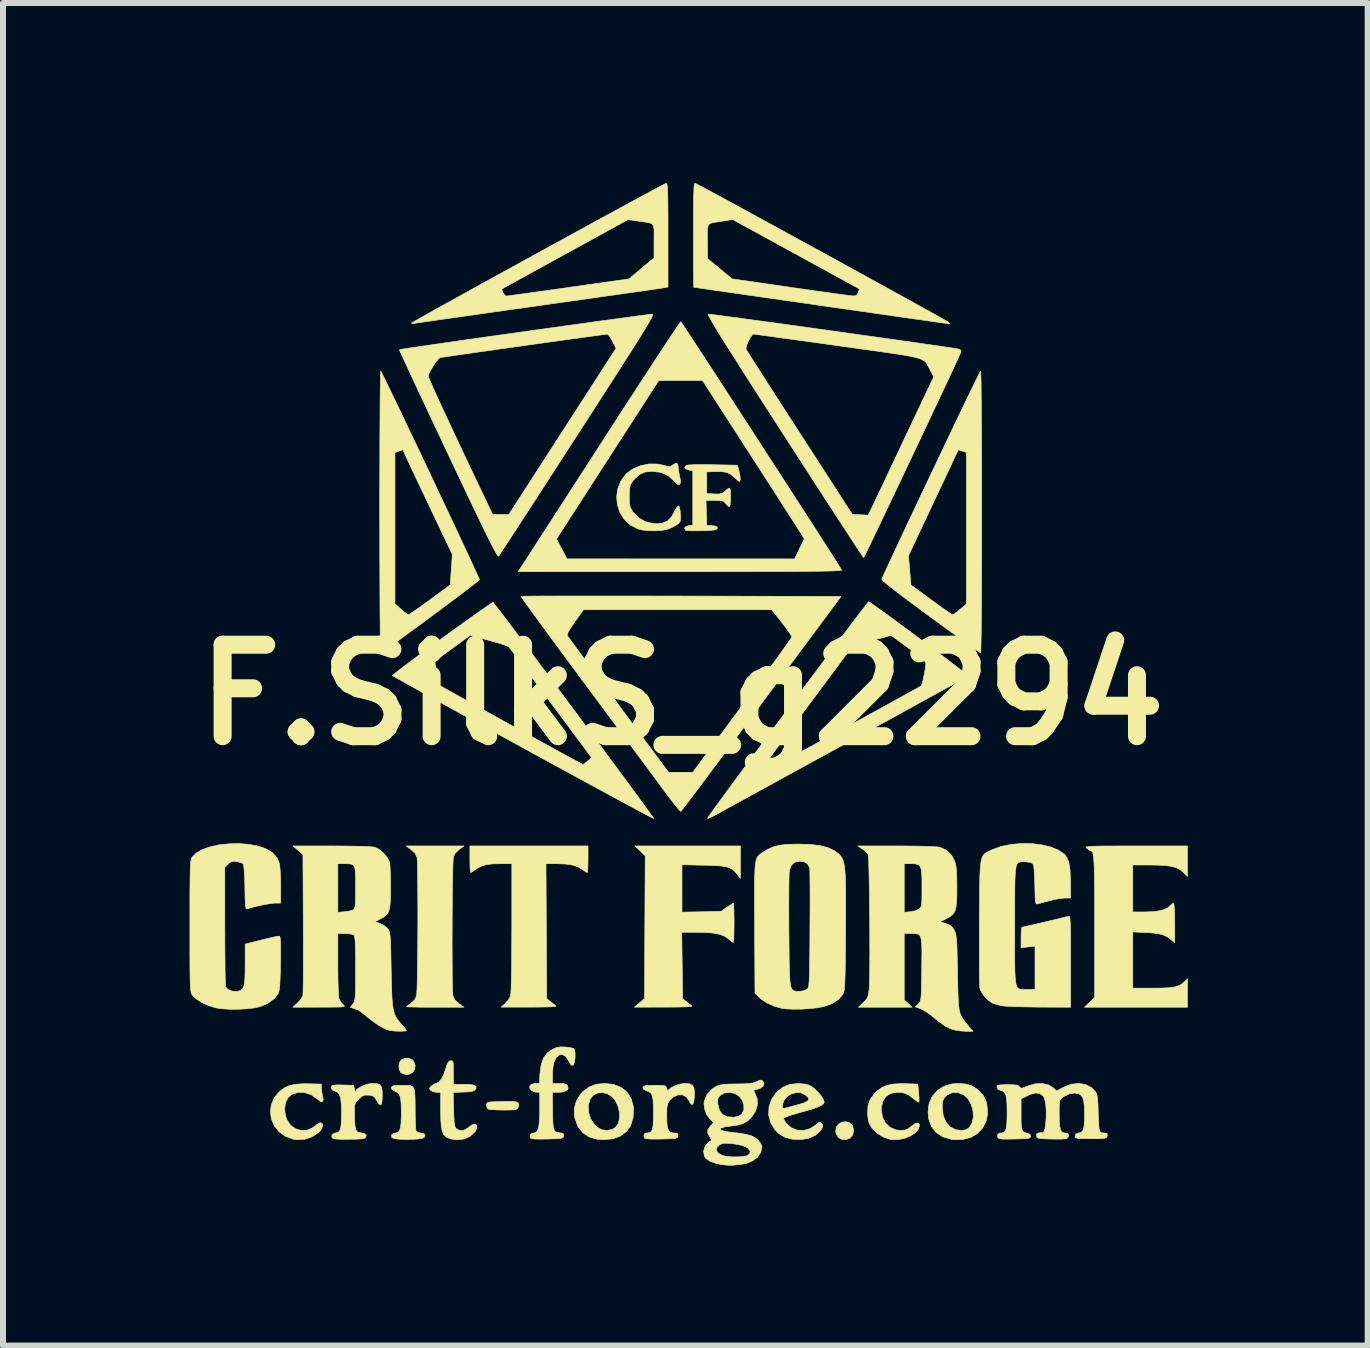
<source format=kicad_pcb>
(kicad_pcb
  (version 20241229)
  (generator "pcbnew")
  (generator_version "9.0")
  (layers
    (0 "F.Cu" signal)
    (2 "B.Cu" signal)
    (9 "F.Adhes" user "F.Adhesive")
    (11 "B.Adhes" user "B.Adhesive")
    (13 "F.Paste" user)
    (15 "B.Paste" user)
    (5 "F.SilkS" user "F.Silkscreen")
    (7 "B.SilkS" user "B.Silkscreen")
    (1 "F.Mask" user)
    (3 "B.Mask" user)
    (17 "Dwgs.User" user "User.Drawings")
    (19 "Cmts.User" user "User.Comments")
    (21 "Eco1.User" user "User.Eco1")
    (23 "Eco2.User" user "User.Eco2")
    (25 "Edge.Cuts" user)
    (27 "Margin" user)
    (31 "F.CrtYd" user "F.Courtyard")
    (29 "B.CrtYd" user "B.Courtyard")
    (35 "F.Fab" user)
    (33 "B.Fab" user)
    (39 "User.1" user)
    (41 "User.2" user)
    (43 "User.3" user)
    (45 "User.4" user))
  (footprint "F.SilkS_g2294"
    (layer "F.Cu")
    (at 8.317 8.531)
    (property "Reference" "F.SilkS_g2294" (at 0 0 0) (layer "F.SilkS") (effects (font (size 1.524 1.524) (thickness 0.3))))
    (attr through_hole)
    (fp_poly (pts (xy 2.796 7.135) (xy 2.84 7.178) (xy 2.861 7.246) (xy 2.862 7.255) (xy 2.846 7.334) (xy 2.8 7.389) (xy 2.731 7.415) (xy 2.678 7.413) (xy 2.609 7.38) (xy 2.569 7.318) (xy 2.561 7.268) (xy 2.577 7.196) (xy 2.618 7.147) (xy 2.675 7.12) (xy 2.737 7.116) (xy 2.796 7.135)) (stroke (width 0.01) (type solid)) (fill yes) (layer "F.SilkS"))
    (fp_poly (pts (xy -4.497 6.081) (xy -4.478 6.101) (xy -4.448 6.172) (xy -4.453 6.239) (xy -4.488 6.294) (xy -4.548 6.325) (xy -4.582 6.329) (xy -4.642 6.319) (xy -4.686 6.296) (xy -4.687 6.296) (xy -4.714 6.243) (xy -4.718 6.175) (xy -4.7 6.112) (xy -4.681 6.089) (xy -4.622 6.058) (xy -4.555 6.056) (xy -4.497 6.081)) (stroke (width 0.01) (type solid)) (fill yes) (layer "F.SilkS"))
    (fp_poly (pts (xy -2.816 6.778) (xy -2.767 6.785) (xy -2.74 6.796) (xy -2.732 6.803) (xy -2.717 6.841) (xy -2.73 6.878) (xy -2.744 6.897) (xy -2.766 6.91) (xy -2.804 6.917) (xy -2.867 6.92) (xy -2.963 6.921) (xy -2.98 6.921) (xy -3.076 6.919) (xy -3.157 6.915) (xy -3.215 6.909) (xy -3.235 6.903) (xy -3.254 6.87) (xy -3.256 6.834) (xy -3.252 6.813) (xy -3.24 6.798) (xy -3.214 6.789) (xy -3.166 6.784) (xy -3.089 6.78) (xy -3.004 6.778) (xy -2.892 6.776) (xy -2.816 6.778)) (stroke (width 0.01) (type solid)) (fill yes) (layer "F.SilkS"))
    (fp_poly (pts (xy -6.236 6.483) (xy -6.011 6.488) (xy -6.011 6.551) (xy -6.005 6.618) (xy -5.99 6.688) (xy -5.979 6.753) (xy -5.992 6.784) (xy -6.027 6.778) (xy -6.08 6.736) (xy -6.18 6.666) (xy -6.291 6.629) (xy -6.404 6.627) (xy -6.501 6.658) (xy -6.566 6.714) (xy -6.607 6.797) (xy -6.623 6.898) (xy -6.611 7.006) (xy -6.584 7.085) (xy -6.524 7.173) (xy -6.442 7.232) (xy -6.348 7.261) (xy -6.25 7.257) (xy -6.159 7.218) (xy -6.131 7.197) (xy -6.08 7.158) (xy -6.036 7.135) (xy -6.024 7.133) (xy -5.996 7.148) (xy -5.991 7.186) (xy -6.009 7.235) (xy -6.046 7.284) (xy -6.048 7.286) (xy -6.162 7.365) (xy -6.292 7.409) (xy -6.428 7.415) (xy -6.483 7.406) (xy -6.611 7.358) (xy -6.715 7.282) (xy -6.793 7.185) (xy -6.842 7.074) (xy -6.86 6.955) (xy -6.846 6.835) (xy -6.798 6.72) (xy -6.718 6.621) (xy -6.637 6.558) (xy -6.549 6.515) (xy -6.443 6.491) (xy -6.311 6.482) (xy -6.236 6.483)) (stroke (width 0.01) (type solid)) (fill yes) (layer "F.SilkS"))
    (fp_poly (pts (xy -1.138 6.494) (xy -1.013 6.544) (xy -0.915 6.624) (xy -0.847 6.73) (xy -0.811 6.861) (xy -0.808 6.893) (xy -0.815 7.047) (xy -0.855 7.177) (xy -0.927 7.28) (xy -1.028 7.356) (xy -1.156 7.401) (xy -1.309 7.415) (xy -1.414 7.407) (xy -1.545 7.371) (xy -1.65 7.302) (xy -1.73 7.199) (xy -1.744 7.173) (xy -1.79 7.037) (xy -1.796 6.901) (xy -1.782 6.849) (xy -1.562 6.849) (xy -1.556 6.965) (xy -1.518 7.077) (xy -1.45 7.175) (xy -1.42 7.203) (xy -1.336 7.249) (xy -1.244 7.262) (xy -1.157 7.241) (xy -1.11 7.211) (xy -1.062 7.145) (xy -1.04 7.055) (xy -1.043 6.954) (xy -1.068 6.851) (xy -1.115 6.757) (xy -1.161 6.702) (xy -1.241 6.65) (xy -1.328 6.629) (xy -1.413 6.639) (xy -1.486 6.679) (xy -1.533 6.741) (xy -1.562 6.849) (xy -1.782 6.849) (xy -1.762 6.772) (xy -1.69 6.655) (xy -1.648 6.61) (xy -1.545 6.534) (xy -1.427 6.491) (xy -1.286 6.477) (xy -1.285 6.477) (xy -1.138 6.494)) (stroke (width 0.01) (type solid)) (fill yes) (layer "F.SilkS"))
    (fp_poly (pts (xy -4.534 6.512) (xy -4.497 6.525) (xy -4.472 6.552) (xy -4.458 6.599) (xy -4.451 6.672) (xy -4.448 6.775) (xy -4.447 6.916) (xy -4.447 6.925) (xy -4.446 7.038) (xy -4.443 7.137) (xy -4.439 7.214) (xy -4.434 7.261) (xy -4.432 7.269) (xy -4.402 7.295) (xy -4.359 7.303) (xy -4.304 7.312) (xy -4.282 7.339) (xy -4.298 7.378) (xy -4.33 7.392) (xy -4.392 7.402) (xy -4.475 7.409) (xy -4.567 7.411) (xy -4.66 7.41) (xy -4.743 7.404) (xy -4.805 7.394) (xy -4.837 7.38) (xy -4.839 7.378) (xy -4.84 7.333) (xy -4.806 7.307) (xy -4.771 7.303) (xy -4.735 7.294) (xy -4.709 7.267) (xy -4.692 7.215) (xy -4.682 7.132) (xy -4.678 7.015) (xy -4.678 6.964) (xy -4.68 6.837) (xy -4.687 6.746) (xy -4.701 6.684) (xy -4.724 6.643) (xy -4.759 6.617) (xy -4.784 6.607) (xy -4.833 6.581) (xy -4.843 6.547) (xy -4.843 6.546) (xy -4.834 6.528) (xy -4.811 6.516) (xy -4.764 6.511) (xy -4.686 6.509) (xy -4.657 6.509) (xy -4.586 6.509) (xy -4.534 6.512)) (stroke (width 0.01) (type solid)) (fill yes) (layer "F.SilkS"))
    (fp_poly (pts (xy 4.724 6.486) (xy 4.828 6.516) (xy 4.918 6.572) (xy 4.964 6.613) (xy 5.026 6.685) (xy 5.063 6.758) (xy 5.081 6.824) (xy 5.095 6.969) (xy 5.072 7.1) (xy 5.015 7.214) (xy 4.93 7.307) (xy 4.819 7.374) (xy 4.687 7.411) (xy 4.539 7.415) (xy 4.485 7.408) (xy 4.346 7.367) (xy 4.237 7.296) (xy 4.159 7.197) (xy 4.113 7.071) (xy 4.101 6.956) (xy 4.111 6.878) (xy 4.339 6.878) (xy 4.354 7.012) (xy 4.398 7.121) (xy 4.468 7.2) (xy 4.561 7.248) (xy 4.652 7.26) (xy 4.724 7.252) (xy 4.775 7.224) (xy 4.793 7.207) (xy 4.839 7.128) (xy 4.857 7.03) (xy 4.849 6.924) (xy 4.818 6.821) (xy 4.765 6.731) (xy 4.693 6.667) (xy 4.598 6.629) (xy 4.506 6.63) (xy 4.423 6.667) (xy 4.401 6.687) (xy 4.366 6.727) (xy 4.347 6.768) (xy 4.34 6.826) (xy 4.339 6.878) (xy 4.111 6.878) (xy 4.118 6.816) (xy 4.171 6.695) (xy 4.255 6.596) (xy 4.366 6.525) (xy 4.5 6.485) (xy 4.593 6.478) (xy 4.724 6.486)) (stroke (width 0.01) (type solid)) (fill yes) (layer "F.SilkS"))
    (fp_poly (pts (xy -1.566 2.741) (xy -1.567 2.832) (xy -1.57 2.905) (xy -1.574 2.952) (xy -1.578 2.963) (xy -1.601 2.952) (xy -1.644 2.923) (xy -1.658 2.912) (xy -1.736 2.866) (xy -1.83 2.836) (xy -1.948 2.82) (xy -2.081 2.815) (xy -2.267 2.815) (xy -2.261 3.939) (xy -2.254 5.063) (xy -2.199 5.108) (xy -2.148 5.148) (xy -2.104 5.179) (xy -2.099 5.188) (xy -2.115 5.194) (xy -2.158 5.199) (xy -2.23 5.202) (xy -2.335 5.204) (xy -2.478 5.205) (xy -2.54 5.205) (xy -3.016 5.205) (xy -2.947 5.146) (xy -2.897 5.09) (xy -2.861 5.027) (xy -2.857 5.015) (xy -2.852 4.978) (xy -2.848 4.902) (xy -2.845 4.79) (xy -2.842 4.646) (xy -2.839 4.474) (xy -2.838 4.275) (xy -2.837 4.055) (xy -2.836 3.879) (xy -2.836 2.815) (xy -3.034 2.815) (xy -3.168 2.819) (xy -3.27 2.833) (xy -3.352 2.859) (xy -3.425 2.9) (xy -3.443 2.913) (xy -3.489 2.945) (xy -3.519 2.962) (xy -3.523 2.963) (xy -3.528 2.944) (xy -3.532 2.89) (xy -3.534 2.812) (xy -3.535 2.741) (xy -3.535 2.519) (xy -1.566 2.519) (xy -1.566 2.741)) (stroke (width 0.01) (type solid)) (fill yes) (layer "F.SilkS"))
    (fp_poly (pts (xy 0.973 3.059) (xy 0.919 2.989) (xy 0.878 2.942) (xy 0.837 2.906) (xy 0.788 2.881) (xy 0.725 2.863) (xy 0.64 2.852) (xy 0.528 2.845) (xy 0.38 2.84) (xy 0.365 2.84) (xy 0 2.832) (xy 0 3.622) (xy 0.326 3.616) (xy 0.653 3.609) (xy 0.75 3.54) (xy 0.805 3.503) (xy 0.845 3.478) (xy 0.858 3.471) (xy 0.861 3.491) (xy 0.864 3.546) (xy 0.866 3.629) (xy 0.868 3.733) (xy 0.868 3.799) (xy 0.867 3.912) (xy 0.865 4.008) (xy 0.862 4.08) (xy 0.857 4.121) (xy 0.855 4.128) (xy 0.832 4.115) (xy 0.791 4.083) (xy 0.772 4.066) (xy 0.709 4.023) (xy 0.629 3.992) (xy 0.526 3.972) (xy 0.392 3.961) (xy 0.241 3.958) (xy -0.004 3.958) (xy 0.011 5.063) (xy 0.066 5.108) (xy 0.117 5.149) (xy 0.161 5.179) (xy 0.166 5.188) (xy 0.149 5.194) (xy 0.107 5.199) (xy 0.035 5.202) (xy -0.07 5.204) (xy -0.211 5.205) (xy -0.296 5.205) (xy -0.794 5.206) (xy -0.624 5.063) (xy -0.619 3.873) (xy -0.613 2.683) (xy -0.785 2.519) (xy 0.974 2.519) (xy 0.973 3.059)) (stroke (width 0.01) (type solid)) (fill yes) (layer "F.SilkS"))
    (fp_poly (pts (xy 3.728 6.482) (xy 3.932 6.488) (xy 3.945 6.634) (xy 3.951 6.708) (xy 3.952 6.764) (xy 3.949 6.79) (xy 3.949 6.79) (xy 3.928 6.783) (xy 3.888 6.755) (xy 3.861 6.732) (xy 3.777 6.669) (xy 3.697 6.636) (xy 3.603 6.625) (xy 3.596 6.625) (xy 3.486 6.642) (xy 3.403 6.691) (xy 3.349 6.771) (xy 3.324 6.879) (xy 3.323 6.915) (xy 3.341 7.036) (xy 3.391 7.136) (xy 3.468 7.209) (xy 3.567 7.252) (xy 3.643 7.26) (xy 3.718 7.254) (xy 3.775 7.23) (xy 3.817 7.197) (xy 3.882 7.149) (xy 3.929 7.135) (xy 3.954 7.155) (xy 3.958 7.182) (xy 3.938 7.244) (xy 3.885 7.302) (xy 3.806 7.353) (xy 3.712 7.391) (xy 3.609 7.413) (xy 3.507 7.415) (xy 3.471 7.41) (xy 3.358 7.371) (xy 3.251 7.305) (xy 3.167 7.222) (xy 3.16 7.211) (xy 3.124 7.149) (xy 3.104 7.081) (xy 3.094 6.989) (xy 3.094 6.986) (xy 3.1 6.854) (xy 3.136 6.745) (xy 3.208 6.647) (xy 3.26 6.598) (xy 3.335 6.544) (xy 3.417 6.509) (xy 3.517 6.488) (xy 3.644 6.481) (xy 3.728 6.482)) (stroke (width 0.01) (type solid)) (fill yes) (layer "F.SilkS"))
    (fp_poly (pts (xy -3.709 2.572) (xy -3.78 2.64) (xy -3.809 2.704) (xy -3.813 2.74) (xy -3.817 2.813) (xy -3.82 2.919) (xy -3.823 3.052) (xy -3.826 3.207) (xy -3.828 3.38) (xy -3.829 3.566) (xy -3.831 3.759) (xy -3.831 3.954) (xy -3.832 4.148) (xy -3.831 4.334) (xy -3.83 4.507) (xy -3.829 4.664) (xy -3.827 4.798) (xy -3.824 4.905) (xy -3.821 4.98) (xy -3.818 5.016) (xy -3.785 5.084) (xy -3.719 5.146) (xy -3.634 5.207) (xy -4.114 5.207) (xy -4.251 5.207) (xy -4.373 5.206) (xy -4.474 5.204) (xy -4.547 5.202) (xy -4.587 5.2) (xy -4.593 5.198) (xy -4.577 5.183) (xy -4.536 5.154) (xy -4.52 5.144) (xy -4.453 5.082) (xy -4.425 5.02) (xy -4.421 4.985) (xy -4.417 4.912) (xy -4.413 4.807) (xy -4.411 4.674) (xy -4.408 4.519) (xy -4.406 4.346) (xy -4.404 4.16) (xy -4.403 3.967) (xy -4.402 3.772) (xy -4.402 3.579) (xy -4.403 3.393) (xy -4.404 3.219) (xy -4.405 3.063) (xy -4.407 2.928) (xy -4.41 2.821) (xy -4.413 2.746) (xy -4.416 2.71) (xy -4.449 2.641) (xy -4.515 2.58) (xy -4.6 2.519) (xy -3.631 2.519) (xy -3.709 2.572)) (stroke (width 0.01) (type solid)) (fill yes) (layer "F.SilkS"))
    (fp_poly (pts (xy -3.822 6.107) (xy -3.814 6.134) (xy -3.811 6.186) (xy -3.81 6.271) (xy -3.81 6.295) (xy -3.81 6.496) (xy -3.642 6.492) (xy -3.534 6.494) (xy -3.465 6.506) (xy -3.432 6.529) (xy -3.435 6.565) (xy -3.442 6.578) (xy -3.464 6.597) (xy -3.504 6.61) (xy -3.572 6.618) (xy -3.639 6.621) (xy -3.813 6.627) (xy -3.806 6.911) (xy -3.802 7.032) (xy -3.797 7.117) (xy -3.789 7.175) (xy -3.778 7.211) (xy -3.764 7.23) (xy -3.706 7.262) (xy -3.637 7.257) (xy -3.568 7.219) (xy -3.559 7.21) (xy -3.499 7.167) (xy -3.451 7.156) (xy -3.421 7.174) (xy -3.418 7.215) (xy -3.446 7.276) (xy -3.45 7.281) (xy -3.528 7.356) (xy -3.63 7.404) (xy -3.745 7.418) (xy -3.789 7.414) (xy -3.867 7.399) (xy -3.926 7.374) (xy -3.968 7.336) (xy -3.995 7.278) (xy -4.012 7.194) (xy -4.02 7.079) (xy -4.022 6.933) (xy -4.022 6.625) (xy -4.093 6.625) (xy -4.152 6.615) (xy -4.193 6.591) (xy -4.193 6.591) (xy -4.208 6.563) (xy -4.194 6.536) (xy -4.172 6.517) (xy -4.129 6.488) (xy -4.097 6.477) (xy -4.054 6.457) (xy -4.01 6.404) (xy -3.969 6.324) (xy -3.941 6.242) (xy -3.918 6.166) (xy -3.897 6.123) (xy -3.872 6.103) (xy -3.857 6.1) (xy -3.835 6.099) (xy -3.822 6.107)) (stroke (width 0.01) (type solid)) (fill yes) (layer "F.SilkS"))
    (fp_poly (pts (xy 0.509 -3.835) (xy 0.924 -3.827) (xy 0.949 -3.734) (xy 0.968 -3.645) (xy 0.972 -3.584) (xy 0.961 -3.557) (xy 0.956 -3.556) (xy 0.932 -3.57) (xy 0.893 -3.605) (xy 0.88 -3.618) (xy 0.814 -3.674) (xy 0.743 -3.708) (xy 0.653 -3.721) (xy 0.559 -3.721) (xy 0.413 -3.715) (xy 0.413 -3.355) (xy 0.537 -3.348) (xy 0.611 -3.347) (xy 0.659 -3.355) (xy 0.697 -3.377) (xy 0.722 -3.4) (xy 0.763 -3.433) (xy 0.792 -3.446) (xy 0.796 -3.444) (xy 0.804 -3.416) (xy 0.808 -3.361) (xy 0.809 -3.291) (xy 0.807 -3.221) (xy 0.802 -3.164) (xy 0.794 -3.137) (xy 0.794 -3.137) (xy 0.774 -3.142) (xy 0.742 -3.174) (xy 0.737 -3.18) (xy 0.711 -3.211) (xy 0.682 -3.229) (xy 0.636 -3.237) (xy 0.563 -3.238) (xy 0.548 -3.239) (xy 0.401 -3.239) (xy 0.413 -2.826) (xy 0.504 -2.819) (xy 0.562 -2.811) (xy 0.587 -2.797) (xy 0.588 -2.777) (xy 0.58 -2.761) (xy 0.558 -2.751) (xy 0.515 -2.744) (xy 0.445 -2.739) (xy 0.339 -2.735) (xy 0.327 -2.735) (xy 0.227 -2.734) (xy 0.143 -2.735) (xy 0.083 -2.739) (xy 0.057 -2.744) (xy 0.057 -2.744) (xy 0.042 -2.779) (xy 0.064 -2.806) (xy 0.111 -2.819) (xy 0.18 -2.826) (xy 0.18 -3.736) (xy 0.118 -3.746) (xy 0.066 -3.765) (xy 0.047 -3.792) (xy 0.067 -3.823) (xy 0.068 -3.823) (xy 0.098 -3.83) (xy 0.164 -3.834) (xy 0.26 -3.837) (xy 0.38 -3.837) (xy 0.509 -3.835)) (stroke (width 0.01) (type solid)) (fill yes) (layer "F.SilkS"))
    (fp_poly (pts (xy 8.424 3.028) (xy 8.352 2.955) (xy 8.3 2.913) (xy 8.237 2.881) (xy 8.158 2.859) (xy 8.055 2.845) (xy 7.921 2.838) (xy 7.788 2.836) (xy 7.514 2.836) (xy 7.514 3.619) (xy 7.731 3.619) (xy 7.886 3.612) (xy 8.006 3.59) (xy 8.093 3.553) (xy 8.146 3.506) (xy 8.178 3.478) (xy 8.194 3.471) (xy 8.2 3.491) (xy 8.206 3.546) (xy 8.21 3.63) (xy 8.212 3.734) (xy 8.213 3.803) (xy 8.213 4.135) (xy 8.165 4.091) (xy 8.1 4.041) (xy 8.029 4.005) (xy 7.942 3.982) (xy 7.828 3.968) (xy 7.743 3.963) (xy 7.514 3.952) (xy 7.514 4.889) (xy 7.837 4.889) (xy 7.989 4.888) (xy 8.105 4.883) (xy 8.192 4.873) (xy 8.258 4.857) (xy 8.309 4.834) (xy 8.353 4.802) (xy 8.365 4.791) (xy 8.424 4.733) (xy 8.424 5.207) (xy 6.708 5.207) (xy 6.879 5.044) (xy 6.879 3.878) (xy 6.879 3.611) (xy 6.878 3.384) (xy 6.877 3.194) (xy 6.875 3.036) (xy 6.872 2.908) (xy 6.868 2.808) (xy 6.863 2.732) (xy 6.856 2.676) (xy 6.848 2.639) (xy 6.838 2.616) (xy 6.827 2.605) (xy 6.818 2.603) (xy 6.794 2.591) (xy 6.754 2.562) (xy 6.752 2.561) (xy 6.74 2.551) (xy 6.734 2.543) (xy 6.738 2.536) (xy 6.755 2.531) (xy 6.789 2.527) (xy 6.844 2.524) (xy 6.924 2.522) (xy 7.031 2.52) (xy 7.17 2.52) (xy 7.344 2.519) (xy 7.556 2.519) (xy 7.562 2.519) (xy 8.424 2.519) (xy 8.424 3.028)) (stroke (width 0.01) (type solid)) (fill yes) (layer "F.SilkS"))
    (fp_poly (pts (xy -5.087 6.481) (xy -5.037 6.498) (xy -5.009 6.536) (xy -4.997 6.602) (xy -4.995 6.679) (xy -4.999 6.772) (xy -5.011 6.824) (xy -5.031 6.836) (xy -5.061 6.807) (xy -5.091 6.757) (xy -5.123 6.706) (xy -5.16 6.681) (xy -5.22 6.672) (xy -5.224 6.672) (xy -5.284 6.672) (xy -5.329 6.688) (xy -5.377 6.728) (xy -5.388 6.738) (xy -5.424 6.776) (xy -5.445 6.808) (xy -5.456 6.847) (xy -5.459 6.906) (xy -5.458 6.988) (xy -5.456 7.108) (xy -5.449 7.191) (xy -5.437 7.246) (xy -5.417 7.278) (xy -5.387 7.294) (xy -5.355 7.299) (xy -5.292 7.314) (xy -5.262 7.341) (xy -5.271 7.378) (xy -5.274 7.381) (xy -5.3 7.394) (xy -5.356 7.402) (xy -5.446 7.407) (xy -5.56 7.408) (xy -5.672 7.408) (xy -5.749 7.405) (xy -5.797 7.399) (xy -5.824 7.389) (xy -5.835 7.375) (xy -5.834 7.333) (xy -5.794 7.307) (xy -5.758 7.299) (xy -5.727 7.289) (xy -5.704 7.264) (xy -5.689 7.22) (xy -5.68 7.148) (xy -5.676 7.044) (xy -5.675 6.972) (xy -5.677 6.834) (xy -5.688 6.733) (xy -5.709 6.665) (xy -5.74 6.626) (xy -5.769 6.612) (xy -5.825 6.587) (xy -5.85 6.552) (xy -5.844 6.523) (xy -5.819 6.509) (xy -5.761 6.502) (xy -5.667 6.502) (xy -5.65 6.503) (xy -5.472 6.509) (xy -5.458 6.572) (xy -5.449 6.608) (xy -5.443 6.612) (xy -5.442 6.61) (xy -5.421 6.578) (xy -5.37 6.543) (xy -5.303 6.51) (xy -5.231 6.486) (xy -5.167 6.477) (xy -5.087 6.481)) (stroke (width 0.01) (type solid)) (fill yes) (layer "F.SilkS"))
    (fp_poly (pts (xy 1.977 6.481) (xy 2.063 6.49) (xy 2.123 6.507) (xy 2.177 6.54) (xy 2.195 6.554) (xy 2.259 6.613) (xy 2.315 6.679) (xy 2.355 6.74) (xy 2.371 6.786) (xy 2.371 6.787) (xy 2.36 6.814) (xy 2.327 6.841) (xy 2.266 6.87) (xy 2.174 6.902) (xy 2.046 6.94) (xy 1.983 6.957) (xy 1.876 6.988) (xy 1.788 7.016) (xy 1.726 7.04) (xy 1.695 7.057) (xy 1.693 7.06) (xy 1.706 7.093) (xy 1.735 7.138) (xy 1.738 7.141) (xy 1.82 7.216) (xy 1.92 7.255) (xy 2.027 7.261) (xy 2.135 7.231) (xy 2.233 7.167) (xy 2.253 7.148) (xy 2.288 7.124) (xy 2.318 7.134) (xy 2.32 7.135) (xy 2.346 7.172) (xy 2.339 7.217) (xy 2.305 7.268) (xy 2.221 7.343) (xy 2.109 7.392) (xy 1.977 7.414) (xy 1.839 7.407) (xy 1.713 7.373) (xy 1.612 7.312) (xy 1.55 7.249) (xy 1.478 7.131) (xy 1.445 7.003) (xy 1.45 6.873) (xy 1.454 6.858) (xy 1.672 6.858) (xy 1.682 6.891) (xy 1.709 6.893) (xy 1.746 6.882) (xy 1.812 6.865) (xy 1.894 6.843) (xy 1.923 6.835) (xy 2.024 6.805) (xy 2.086 6.777) (xy 2.111 6.747) (xy 2.102 6.713) (xy 2.066 6.675) (xy 1.991 6.635) (xy 1.907 6.629) (xy 1.824 6.652) (xy 1.75 6.698) (xy 1.696 6.765) (xy 1.673 6.846) (xy 1.672 6.858) (xy 1.454 6.858) (xy 1.492 6.746) (xy 1.571 6.632) (xy 1.582 6.62) (xy 1.684 6.539) (xy 1.8 6.492) (xy 1.936 6.479) (xy 1.977 6.481)) (stroke (width 0.01) (type solid)) (fill yes) (layer "F.SilkS"))
    (fp_poly (pts (xy -0.074 -3.851) (xy -0.064 -3.804) (xy -0.064 -3.8) (xy -0.059 -3.75) (xy -0.047 -3.68) (xy -0.039 -3.642) (xy -0.025 -3.571) (xy -0.027 -3.529) (xy -0.039 -3.509) (xy -0.061 -3.501) (xy -0.091 -3.521) (xy -0.131 -3.565) (xy -0.229 -3.653) (xy -0.348 -3.706) (xy -0.491 -3.725) (xy -0.497 -3.725) (xy -0.613 -3.714) (xy -0.705 -3.675) (xy -0.786 -3.603) (xy -0.818 -3.565) (xy -0.848 -3.521) (xy -0.866 -3.48) (xy -0.875 -3.428) (xy -0.878 -3.352) (xy -0.878 -3.311) (xy -0.877 -3.221) (xy -0.871 -3.16) (xy -0.856 -3.113) (xy -0.83 -3.068) (xy -0.815 -3.046) (xy -0.722 -2.949) (xy -0.605 -2.884) (xy -0.472 -2.854) (xy -0.442 -2.852) (xy -0.327 -2.861) (xy -0.241 -2.897) (xy -0.175 -2.965) (xy -0.134 -3.04) (xy -0.102 -3.1) (xy -0.073 -3.139) (xy -0.056 -3.148) (xy -0.042 -3.124) (xy -0.031 -3.068) (xy -0.026 -3.011) (xy -0.024 -2.939) (xy -0.029 -2.895) (xy -0.048 -2.866) (xy -0.082 -2.838) (xy -0.145 -2.801) (xy -0.219 -2.768) (xy -0.234 -2.762) (xy -0.322 -2.742) (xy -0.433 -2.734) (xy -0.552 -2.735) (xy -0.662 -2.747) (xy -0.733 -2.765) (xy -0.86 -2.83) (xy -0.96 -2.923) (xy -1.033 -3.037) (xy -1.076 -3.165) (xy -1.089 -3.3) (xy -1.07 -3.435) (xy -1.018 -3.565) (xy -0.931 -3.682) (xy -0.925 -3.688) (xy -0.82 -3.765) (xy -0.691 -3.819) (xy -0.549 -3.848) (xy -0.407 -3.847) (xy -0.287 -3.821) (xy -0.232 -3.804) (xy -0.195 -3.805) (xy -0.159 -3.827) (xy -0.153 -3.832) (xy -0.103 -3.86) (xy -0.074 -3.851)) (stroke (width 0.01) (type solid)) (fill yes) (layer "F.SilkS"))
    (fp_poly (pts (xy 0.127 6.484) (xy 0.176 6.508) (xy 0.201 6.557) (xy 0.208 6.637) (xy 0.207 6.684) (xy 0.199 6.772) (xy 0.183 6.82) (xy 0.161 6.83) (xy 0.134 6.798) (xy 0.12 6.767) (xy 0.073 6.701) (xy 0.008 6.668) (xy -0.066 6.668) (xy -0.142 6.701) (xy -0.208 6.763) (xy -0.231 6.798) (xy -0.245 6.84) (xy -0.252 6.899) (xy -0.254 6.988) (xy -0.254 7.008) (xy -0.252 7.127) (xy -0.243 7.21) (xy -0.225 7.262) (xy -0.197 7.291) (xy -0.155 7.302) (xy -0.137 7.303) (xy -0.086 7.306) (xy -0.067 7.321) (xy -0.067 7.35) (xy -0.072 7.37) (xy -0.084 7.383) (xy -0.111 7.392) (xy -0.159 7.398) (xy -0.235 7.401) (xy -0.34 7.404) (xy -0.442 7.405) (xy -0.528 7.404) (xy -0.59 7.4) (xy -0.62 7.395) (xy -0.62 7.395) (xy -0.633 7.363) (xy -0.635 7.341) (xy -0.623 7.312) (xy -0.581 7.303) (xy -0.572 7.303) (xy -0.536 7.297) (xy -0.51 7.278) (xy -0.492 7.239) (xy -0.482 7.174) (xy -0.477 7.078) (xy -0.476 6.964) (xy -0.478 6.838) (xy -0.483 6.748) (xy -0.495 6.686) (xy -0.514 6.645) (xy -0.544 6.62) (xy -0.583 6.604) (xy -0.637 6.577) (xy -0.652 6.546) (xy -0.652 6.544) (xy -0.642 6.527) (xy -0.616 6.516) (xy -0.566 6.511) (xy -0.484 6.509) (xy -0.456 6.509) (xy -0.366 6.509) (xy -0.309 6.512) (xy -0.278 6.521) (xy -0.262 6.536) (xy -0.254 6.56) (xy -0.254 6.561) (xy -0.241 6.595) (xy -0.225 6.588) (xy -0.184 6.55) (xy -0.115 6.515) (xy -0.035 6.489) (xy 0.043 6.477) (xy 0.051 6.477) (xy 0.127 6.484)) (stroke (width 0.01) (type solid)) (fill yes) (layer "F.SilkS"))
    (fp_poly (pts (xy -1.941 5.87) (xy -1.94 5.87) (xy -1.869 5.879) (xy -1.816 5.891) (xy -1.796 5.901) (xy -1.786 5.931) (xy -1.781 5.99) (xy -1.782 6.045) (xy -1.792 6.128) (xy -1.812 6.172) (xy -1.838 6.175) (xy -1.871 6.138) (xy -1.892 6.097) (xy -1.937 6.027) (xy -1.991 5.996) (xy -2.046 6.003) (xy -2.096 6.046) (xy -2.134 6.125) (xy -2.138 6.136) (xy -2.149 6.2) (xy -2.157 6.284) (xy -2.159 6.345) (xy -2.159 6.477) (xy -2.043 6.477) (xy -1.971 6.48) (xy -1.93 6.492) (xy -1.907 6.516) (xy -1.906 6.518) (xy -1.898 6.565) (xy -1.928 6.6) (xy -1.992 6.621) (xy -2.055 6.625) (xy -2.159 6.625) (xy -2.157 6.906) (xy -2.155 7.042) (xy -2.151 7.142) (xy -2.144 7.211) (xy -2.131 7.256) (xy -2.111 7.281) (xy -2.082 7.294) (xy -2.046 7.299) (xy -1.994 7.306) (xy -1.973 7.323) (xy -1.972 7.351) (xy -1.977 7.371) (xy -1.99 7.384) (xy -2.017 7.392) (xy -2.066 7.398) (xy -2.144 7.401) (xy -2.249 7.404) (xy -2.364 7.405) (xy -2.443 7.404) (xy -2.493 7.4) (xy -2.52 7.391) (xy -2.532 7.378) (xy -2.533 7.333) (xy -2.499 7.307) (xy -2.466 7.303) (xy -2.431 7.292) (xy -2.406 7.258) (xy -2.388 7.196) (xy -2.377 7.102) (xy -2.371 6.972) (xy -2.371 6.886) (xy -2.371 6.628) (xy -2.437 6.621) (xy -2.499 6.602) (xy -2.533 6.568) (xy -2.539 6.529) (xy -2.516 6.495) (xy -2.463 6.478) (xy -2.448 6.477) (xy -2.376 6.477) (xy -2.367 6.312) (xy -2.347 6.165) (xy -2.307 6.053) (xy -2.243 5.968) (xy -2.159 5.909) (xy -2.09 5.879) (xy -2.025 5.868) (xy -1.941 5.87)) (stroke (width 0.01) (type solid)) (fill yes) (layer "F.SilkS"))
    (fp_poly (pts (xy -0.978 -1.647) (xy -0.672 -1.647) (xy -0.352 -1.646) (xy -0.02 -1.646) (xy -0.012 -1.646) (xy 2.651 -1.64) (xy 1.324 0.148) (xy 1.143 0.392) (xy 0.969 0.626) (xy 0.804 0.848) (xy 0.649 1.056) (xy 0.506 1.248) (xy 0.377 1.421) (xy 0.263 1.573) (xy 0.166 1.702) (xy 0.087 1.806) (xy 0.029 1.882) (xy -0.007 1.928) (xy -0.019 1.943) (xy -0.037 1.929) (xy -0.075 1.885) (xy -0.129 1.818) (xy -0.196 1.732) (xy -0.268 1.636) (xy -0.317 1.571) (xy -0.388 1.475) (xy -0.479 1.351) (xy -0.589 1.203) (xy -0.715 1.033) (xy -0.854 0.845) (xy -1.004 0.643) (xy -1.163 0.429) (xy -1.328 0.206) (xy -1.498 -0.022) (xy -1.596 -0.155) (xy -1.76 -0.376) (xy -1.916 -0.587) (xy -2.063 -0.786) (xy -2.198 -0.97) (xy -2.218 -0.998) (xy -1.914 -0.998) (xy -1.912 -0.988) (xy -1.896 -0.966) (xy -1.858 -0.914) (xy -1.799 -0.833) (xy -1.72 -0.727) (xy -1.625 -0.598) (xy -1.516 -0.45) (xy -1.394 -0.285) (xy -1.262 -0.107) (xy -1.121 0.082) (xy -1.059 0.166) (xy -0.224 1.291) (xy -0.022 1.291) (xy 0.18 1.291) (xy 1.005 0.177) (xy 1.147 -0.015) (xy 1.282 -0.198) (xy 1.406 -0.368) (xy 1.519 -0.522) (xy 1.617 -0.658) (xy 1.699 -0.773) (xy 1.764 -0.864) (xy 1.808 -0.928) (xy 1.829 -0.962) (xy 1.831 -0.966) (xy 1.818 -0.993) (xy 1.784 -1.045) (xy 1.733 -1.116) (xy 1.671 -1.197) (xy 1.664 -1.207) (xy 1.496 -1.418) (xy -1.642 -1.418) (xy -1.785 -1.218) (xy -1.856 -1.114) (xy -1.899 -1.041) (xy -1.914 -0.998) (xy -2.218 -0.998) (xy -2.321 -1.137) (xy -2.429 -1.285) (xy -2.52 -1.41) (xy -2.593 -1.511) (xy -2.645 -1.585) (xy -2.676 -1.629) (xy -2.683 -1.642) (xy -2.661 -1.643) (xy -2.599 -1.644) (xy -2.501 -1.645) (xy -2.367 -1.646) (xy -2.201 -1.646) (xy -2.005 -1.647) (xy -1.783 -1.647) (xy -1.536 -1.647) (xy -1.267 -1.647) (xy -0.978 -1.647)) (stroke (width 0.01) (type solid)) (fill yes) (layer "F.SilkS"))
    (fp_poly (pts (xy -0.007 -6.201) (xy 0.028 -6.15) (xy 0.081 -6.069) (xy 0.153 -5.96) (xy 0.24 -5.827) (xy 0.342 -5.671) (xy 0.456 -5.496) (xy 0.581 -5.305) (xy 0.714 -5.099) (xy 0.855 -4.882) (xy 1.001 -4.657) (xy 1.151 -4.426) (xy 1.303 -4.191) (xy 1.455 -3.956) (xy 1.606 -3.724) (xy 1.753 -3.496) (xy 1.895 -3.276) (xy 2.031 -3.066) (xy 2.158 -2.869) (xy 2.274 -2.688) (xy 2.379 -2.525) (xy 2.47 -2.383) (xy 2.545 -2.265) (xy 2.603 -2.174) (xy 2.642 -2.112) (xy 2.66 -2.082) (xy 2.661 -2.08) (xy 2.655 -2.076) (xy 2.633 -2.072) (xy 2.592 -2.069) (xy 2.531 -2.066) (xy 2.448 -2.063) (xy 2.342 -2.061) (xy 2.209 -2.059) (xy 2.05 -2.058) (xy 1.86 -2.056) (xy 1.64 -2.055) (xy 1.387 -2.055) (xy 1.099 -2.054) (xy 0.774 -2.054) (xy 0.411 -2.053) (xy 0.008 -2.053) (xy -0.031 -2.053) (xy -2.733 -2.053) (xy -2.693 -2.111) (xy -2.676 -2.137) (xy -2.638 -2.195) (xy -2.58 -2.284) (xy -2.504 -2.402) (xy -2.411 -2.547) (xy -2.378 -2.597) (xy -2.092 -2.597) (xy -2.004 -2.431) (xy -1.916 -2.266) (xy -0.02 -2.265) (xy 1.875 -2.265) (xy 1.957 -2.432) (xy 2.039 -2.6) (xy 1.941 -2.755) (xy 1.913 -2.8) (xy 1.864 -2.877) (xy 1.796 -2.982) (xy 1.712 -3.113) (xy 1.614 -3.265) (xy 1.505 -3.436) (xy 1.386 -3.621) (xy 1.259 -3.817) (xy 1.128 -4.021) (xy 1.093 -4.075) (xy 0.342 -5.239) (xy -0.387 -5.239) (xy -2.092 -2.597) (xy -2.378 -2.597) (xy -2.302 -2.715) (xy -2.179 -2.905) (xy -2.044 -3.114) (xy -1.898 -3.341) (xy -1.742 -3.582) (xy -1.578 -3.835) (xy -1.408 -4.099) (xy -1.345 -4.197) (xy -1.174 -4.463) (xy -1.009 -4.718) (xy -0.851 -4.96) (xy -0.703 -5.188) (xy -0.565 -5.399) (xy -0.44 -5.591) (xy -0.328 -5.762) (xy -0.231 -5.909) (xy -0.151 -6.03) (xy -0.088 -6.123) (xy -0.045 -6.186) (xy -0.023 -6.216) (xy -0.02 -6.219) (xy -0.007 -6.201)) (stroke (width 0.01) (type solid)) (fill yes) (layer "F.SilkS"))
    (fp_poly (pts (xy -5.011 -5.379) (xy -4.984 -5.325) (xy -4.941 -5.239) (xy -4.886 -5.125) (xy -4.819 -4.986) (xy -4.741 -4.825) (xy -4.655 -4.645) (xy -4.562 -4.45) (xy -4.464 -4.243) (xy -4.361 -4.028) (xy -4.256 -3.806) (xy -4.151 -3.583) (xy -4.046 -3.36) (xy -3.943 -3.142) (xy -3.844 -2.932) (xy -3.75 -2.733) (xy -3.664 -2.548) (xy -3.585 -2.38) (xy -3.517 -2.233) (xy -3.461 -2.111) (xy -3.418 -2.016) (xy -3.389 -1.951) (xy -3.376 -1.921) (xy -3.376 -1.919) (xy -3.393 -1.903) (xy -3.439 -1.865) (xy -3.512 -1.809) (xy -3.607 -1.736) (xy -3.72 -1.65) (xy -3.847 -1.555) (xy -3.984 -1.452) (xy -4.127 -1.346) (xy -4.273 -1.238) (xy -4.416 -1.132) (xy -4.553 -1.032) (xy -4.68 -0.939) (xy -4.793 -0.857) (xy -4.887 -0.789) (xy -4.96 -0.738) (xy -5.006 -0.707) (xy -5.022 -0.699) (xy -5.024 -0.72) (xy -5.026 -0.78) (xy -5.028 -0.877) (xy -5.03 -1.009) (xy -5.031 -1.172) (xy -5.033 -1.364) (xy -5.034 -1.582) (xy -5.035 -1.824) (xy -5.036 -2.086) (xy -5.037 -2.367) (xy -5.037 -2.663) (xy -5.038 -2.972) (xy -5.038 -3.048) (xy -5.038 -3.36) (xy -5.037 -3.659) (xy -5.036 -3.944) (xy -5.036 -4.039) (xy -4.784 -4.039) (xy -4.784 -1.516) (xy -4.683 -1.426) (xy -4.628 -1.379) (xy -4.583 -1.346) (xy -4.561 -1.335) (xy -4.539 -1.346) (xy -4.487 -1.38) (xy -4.413 -1.431) (xy -4.322 -1.496) (xy -4.218 -1.571) (xy -4.202 -1.583) (xy -3.863 -1.832) (xy -3.845 -2.086) (xy -3.828 -2.339) (xy -4.16 -3.037) (xy -4.24 -3.206) (xy -4.317 -3.37) (xy -4.39 -3.523) (xy -4.455 -3.66) (xy -4.509 -3.775) (xy -4.55 -3.863) (xy -4.572 -3.91) (xy -4.653 -4.084) (xy -4.719 -4.061) (xy -4.784 -4.039) (xy -5.036 -4.039) (xy -5.036 -4.211) (xy -5.034 -4.458) (xy -5.033 -4.682) (xy -5.032 -4.88) (xy -5.03 -5.051) (xy -5.028 -5.19) (xy -5.026 -5.296) (xy -5.024 -5.365) (xy -5.022 -5.396) (xy -5.022 -5.397) (xy -5.011 -5.379)) (stroke (width 0.01) (type solid)) (fill yes) (layer "F.SilkS"))
    (fp_poly (pts (xy 4.98 -5.377) (xy 4.982 -5.316) (xy 4.985 -5.219) (xy 4.986 -5.088) (xy 4.988 -4.924) (xy 4.99 -4.732) (xy 4.991 -4.514) (xy 4.993 -4.272) (xy 4.994 -4.01) (xy 4.995 -3.729) (xy 4.995 -3.433) (xy 4.995 -3.124) (xy 4.995 -3.048) (xy 4.995 -2.736) (xy 4.995 -2.437) (xy 4.994 -2.152) (xy 4.993 -1.885) (xy 4.992 -1.638) (xy 4.991 -1.414) (xy 4.989 -1.215) (xy 4.987 -1.045) (xy 4.985 -0.906) (xy 4.983 -0.8) (xy 4.981 -0.73) (xy 4.979 -0.7) (xy 4.978 -0.699) (xy 4.958 -0.711) (xy 4.908 -0.745) (xy 4.829 -0.8) (xy 4.727 -0.873) (xy 4.605 -0.961) (xy 4.465 -1.062) (xy 4.311 -1.173) (xy 4.147 -1.293) (xy 4.143 -1.296) (xy 3.928 -1.454) (xy 3.746 -1.589) (xy 3.596 -1.703) (xy 3.479 -1.793) (xy 3.396 -1.861) (xy 3.346 -1.906) (xy 3.331 -1.926) (xy 3.341 -1.953) (xy 3.368 -2.014) (xy 3.41 -2.106) (xy 3.466 -2.225) (xy 3.509 -2.318) (xy 3.775 -2.318) (xy 3.816 -1.831) (xy 4.156 -1.582) (xy 4.26 -1.506) (xy 4.353 -1.44) (xy 4.43 -1.386) (xy 4.483 -1.35) (xy 4.509 -1.334) (xy 4.511 -1.333) (xy 4.533 -1.346) (xy 4.578 -1.379) (xy 4.633 -1.423) (xy 4.741 -1.513) (xy 4.741 -2.776) (xy 4.741 -4.039) (xy 4.674 -4.062) (xy 4.628 -4.076) (xy 4.605 -4.08) (xy 4.604 -4.08) (xy 4.595 -4.06) (xy 4.569 -4.006) (xy 4.529 -3.921) (xy 4.477 -3.81) (xy 4.413 -3.675) (xy 4.341 -3.521) (xy 4.261 -3.352) (xy 4.188 -3.196) (xy 3.775 -2.318) (xy 3.509 -2.318) (xy 3.533 -2.369) (xy 3.61 -2.535) (xy 3.696 -2.718) (xy 3.789 -2.916) (xy 3.888 -3.125) (xy 3.99 -3.342) (xy 4.095 -3.564) (xy 4.201 -3.787) (xy 4.306 -4.008) (xy 4.409 -4.224) (xy 4.508 -4.432) (xy 4.602 -4.628) (xy 4.689 -4.81) (xy 4.767 -4.972) (xy 4.836 -5.114) (xy 4.893 -5.23) (xy 4.936 -5.318) (xy 4.965 -5.375) (xy 4.978 -5.397) (xy 4.978 -5.397) (xy 4.98 -5.377)) (stroke (width 0.01) (type solid)) (fill yes) (layer "F.SilkS"))
    (fp_poly (pts (xy 0.242 -8.515) (xy 0.299 -8.485) (xy 0.388 -8.438) (xy 0.505 -8.375) (xy 0.648 -8.298) (xy 0.813 -8.208) (xy 0.998 -8.107) (xy 1.2 -7.997) (xy 1.416 -7.879) (xy 1.643 -7.755) (xy 1.878 -7.626) (xy 2.119 -7.494) (xy 2.363 -7.361) (xy 2.606 -7.228) (xy 2.845 -7.096) (xy 3.079 -6.968) (xy 3.303 -6.844) (xy 3.516 -6.727) (xy 3.714 -6.618) (xy 3.894 -6.518) (xy 4.054 -6.429) (xy 4.19 -6.354) (xy 4.301 -6.292) (xy 4.381 -6.246) (xy 4.43 -6.218) (xy 4.444 -6.209) (xy 4.461 -6.187) (xy 4.455 -6.183) (xy 4.431 -6.186) (xy 4.369 -6.195) (xy 4.27 -6.209) (xy 4.138 -6.228) (xy 3.975 -6.251) (xy 3.785 -6.278) (xy 3.57 -6.309) (xy 3.332 -6.343) (xy 3.075 -6.38) (xy 2.802 -6.419) (xy 2.515 -6.46) (xy 2.318 -6.488) (xy 2.024 -6.531) (xy 1.742 -6.571) (xy 1.474 -6.609) (xy 1.225 -6.645) (xy 0.996 -6.678) (xy 0.79 -6.708) (xy 0.61 -6.734) (xy 0.458 -6.755) (xy 0.339 -6.773) (xy 0.254 -6.785) (xy 0.206 -6.792) (xy 0.196 -6.793) (xy 0.195 -6.814) (xy 0.194 -6.873) (xy 0.193 -6.965) (xy 0.192 -7.086) (xy 0.191 -7.232) (xy 0.191 -7.397) (xy 0.191 -7.579) (xy 0.191 -7.664) (xy 0.191 -7.701) (xy 0.423 -7.701) (xy 0.424 -7.594) (xy 0.425 -7.559) (xy 0.426 -7.271) (xy 0.631 -7.102) (xy 0.835 -6.933) (xy 1.809 -6.792) (xy 2.01 -6.763) (xy 2.199 -6.736) (xy 2.373 -6.712) (xy 2.527 -6.69) (xy 2.656 -6.673) (xy 2.756 -6.66) (xy 2.823 -6.651) (xy 2.85 -6.649) (xy 2.901 -6.654) (xy 2.929 -6.683) (xy 2.937 -6.705) (xy 2.958 -6.765) (xy 0.845 -7.922) (xy 0.682 -7.896) (xy 0.58 -7.881) (xy 0.508 -7.869) (xy 0.463 -7.852) (xy 0.437 -7.823) (xy 0.425 -7.775) (xy 0.423 -7.701) (xy 0.191 -7.701) (xy 0.191 -7.884) (xy 0.191 -8.064) (xy 0.193 -8.21) (xy 0.195 -8.323) (xy 0.198 -8.407) (xy 0.201 -8.466) (xy 0.206 -8.504) (xy 0.212 -8.522) (xy 0.219 -8.526) (xy 0.242 -8.515)) (stroke (width 0.01) (type solid)) (fill yes) (layer "F.SilkS"))
    (fp_poly (pts (xy -0.255 -8.523) (xy -0.249 -8.506) (xy -0.244 -8.472) (xy -0.24 -8.418) (xy -0.237 -8.34) (xy -0.235 -8.235) (xy -0.234 -8.099) (xy -0.233 -7.928) (xy -0.233 -7.719) (xy -0.233 -7.666) (xy -0.233 -6.798) (xy -0.291 -6.786) (xy -0.32 -6.781) (xy -0.388 -6.771) (xy -0.492 -6.756) (xy -0.629 -6.736) (xy -0.796 -6.712) (xy -0.99 -6.685) (xy -1.208 -6.654) (xy -1.447 -6.62) (xy -1.705 -6.583) (xy -1.978 -6.545) (xy -2.263 -6.504) (xy -2.381 -6.488) (xy -2.67 -6.447) (xy -2.948 -6.408) (xy -3.212 -6.37) (xy -3.458 -6.335) (xy -3.685 -6.303) (xy -3.888 -6.274) (xy -4.065 -6.249) (xy -4.213 -6.227) (xy -4.329 -6.211) (xy -4.411 -6.199) (xy -4.455 -6.192) (xy -4.461 -6.191) (xy -4.497 -6.188) (xy -4.508 -6.196) (xy -4.49 -6.208) (xy -4.437 -6.238) (xy -4.353 -6.286) (xy -4.24 -6.349) (xy -4.102 -6.427) (xy -3.94 -6.516) (xy -3.759 -6.617) (xy -3.56 -6.727) (xy -3.491 -6.765) (xy -3 -6.765) (xy -2.999 -6.741) (xy -2.981 -6.701) (xy -2.956 -6.664) (xy -2.934 -6.646) (xy -2.933 -6.646) (xy -2.908 -6.649) (xy -2.846 -6.657) (xy -2.749 -6.67) (xy -2.624 -6.687) (xy -2.473 -6.708) (xy -2.3 -6.732) (xy -2.111 -6.758) (xy -1.909 -6.787) (xy -1.898 -6.789) (xy -0.885 -6.932) (xy -0.466 -7.283) (xy -0.466 -7.566) (xy -0.465 -7.681) (xy -0.466 -7.762) (xy -0.476 -7.815) (xy -0.499 -7.848) (xy -0.542 -7.867) (xy -0.61 -7.879) (xy -0.709 -7.893) (xy -0.73 -7.896) (xy -0.9 -7.92) (xy -1.946 -7.346) (xy -2.14 -7.24) (xy -2.322 -7.14) (xy -2.489 -7.048) (xy -2.639 -6.965) (xy -2.767 -6.895) (xy -2.87 -6.838) (xy -2.946 -6.796) (xy -2.99 -6.771) (xy -3 -6.765) (xy -3.491 -6.765) (xy -3.347 -6.845) (xy -3.122 -6.969) (xy -2.888 -7.097) (xy -2.649 -7.229) (xy -2.406 -7.362) (xy -2.163 -7.496) (xy -1.923 -7.627) (xy -1.688 -7.756) (xy -1.461 -7.88) (xy -1.246 -7.997) (xy -1.044 -8.107) (xy -0.859 -8.208) (xy -0.694 -8.297) (xy -0.552 -8.374) (xy -0.434 -8.437) (xy -0.345 -8.485) (xy -0.287 -8.515) (xy -0.263 -8.526) (xy -0.263 -8.526) (xy -0.255 -8.523)) (stroke (width 0.01) (type solid)) (fill yes) (layer "F.SilkS"))
    (fp_poly (pts (xy 2.137 2.494) (xy 2.302 2.514) (xy 2.435 2.548) (xy 2.541 2.598) (xy 2.61 2.651) (xy 2.637 2.678) (xy 2.66 2.707) (xy 2.678 2.742) (xy 2.693 2.785) (xy 2.705 2.841) (xy 2.714 2.914) (xy 2.721 3.007) (xy 2.725 3.123) (xy 2.728 3.266) (xy 2.728 3.441) (xy 2.728 3.65) (xy 2.727 3.896) (xy 2.726 3.941) (xy 2.725 4.172) (xy 2.723 4.365) (xy 2.721 4.523) (xy 2.719 4.65) (xy 2.716 4.75) (xy 2.712 4.827) (xy 2.708 4.884) (xy 2.703 4.926) (xy 2.696 4.956) (xy 2.688 4.978) (xy 2.682 4.99) (xy 2.615 5.072) (xy 2.512 5.14) (xy 2.377 5.192) (xy 2.36 5.196) (xy 2.258 5.216) (xy 2.13 5.23) (xy 1.989 5.239) (xy 1.851 5.24) (xy 1.731 5.234) (xy 1.672 5.227) (xy 1.541 5.192) (xy 1.417 5.136) (xy 1.314 5.068) (xy 1.28 5.037) (xy 1.217 4.971) (xy 1.211 3.893) (xy 1.21 3.641) (xy 1.209 3.473) (xy 1.78 3.473) (xy 1.78 3.65) (xy 1.781 3.841) (xy 1.782 3.937) (xy 1.784 4.166) (xy 1.786 4.357) (xy 1.788 4.512) (xy 1.792 4.637) (xy 1.797 4.733) (xy 1.804 4.806) (xy 1.813 4.858) (xy 1.824 4.893) (xy 1.839 4.916) (xy 1.857 4.929) (xy 1.878 4.936) (xy 1.889 4.939) (xy 1.966 4.943) (xy 2.041 4.929) (xy 2.094 4.9) (xy 2.095 4.899) (xy 2.103 4.886) (xy 2.109 4.863) (xy 2.115 4.826) (xy 2.119 4.771) (xy 2.123 4.695) (xy 2.126 4.593) (xy 2.128 4.464) (xy 2.13 4.302) (xy 2.132 4.104) (xy 2.133 3.899) (xy 2.134 3.699) (xy 2.135 3.511) (xy 2.135 3.34) (xy 2.134 3.189) (xy 2.133 3.064) (xy 2.132 2.968) (xy 2.13 2.907) (xy 2.128 2.885) (xy 2.093 2.817) (xy 2.03 2.78) (xy 1.967 2.773) (xy 1.884 2.788) (xy 1.828 2.834) (xy 1.794 2.915) (xy 1.789 2.946) (xy 1.786 2.986) (xy 1.784 3.064) (xy 1.782 3.175) (xy 1.781 3.312) (xy 1.78 3.473) (xy 1.209 3.473) (xy 1.209 3.428) (xy 1.209 3.25) (xy 1.21 3.104) (xy 1.213 2.986) (xy 1.217 2.893) (xy 1.225 2.82) (xy 1.234 2.766) (xy 1.247 2.725) (xy 1.263 2.695) (xy 1.284 2.672) (xy 1.308 2.652) (xy 1.337 2.632) (xy 1.342 2.629) (xy 1.43 2.575) (xy 1.517 2.536) (xy 1.612 2.51) (xy 1.725 2.495) (xy 1.866 2.489) (xy 1.937 2.488) (xy 2.137 2.494)) (stroke (width 0.01) (type solid)) (fill yes) (layer "F.SilkS"))
    (fp_poly (pts (xy -7.222 2.492) (xy -7.07 2.521) (xy -6.94 2.564) (xy -6.826 2.631) (xy -6.749 2.718) (xy -6.712 2.805) (xy -6.703 2.857) (xy -6.696 2.942) (xy -6.691 3.047) (xy -6.689 3.161) (xy -6.689 3.18) (xy -6.689 3.471) (xy -6.779 3.471) (xy -6.84 3.477) (xy -6.928 3.491) (xy -7.028 3.51) (xy -7.126 3.533) (xy -7.208 3.555) (xy -7.243 3.567) (xy -7.256 3.569) (xy -7.265 3.559) (xy -7.272 3.531) (xy -7.277 3.482) (xy -7.281 3.404) (xy -7.284 3.292) (xy -7.285 3.209) (xy -7.289 3.056) (xy -7.296 2.939) (xy -7.304 2.858) (xy -7.313 2.818) (xy -7.316 2.814) (xy -7.351 2.797) (xy -7.409 2.782) (xy -7.425 2.779) (xy -7.488 2.776) (xy -7.532 2.793) (xy -7.565 2.822) (xy -7.62 2.877) (xy -7.62 3.846) (xy -7.619 4.046) (xy -7.619 4.234) (xy -7.617 4.406) (xy -7.616 4.557) (xy -7.614 4.683) (xy -7.611 4.779) (xy -7.609 4.84) (xy -7.607 4.862) (xy -7.576 4.903) (xy -7.519 4.933) (xy -7.449 4.946) (xy -7.399 4.941) (xy -7.359 4.927) (xy -7.328 4.905) (xy -7.307 4.868) (xy -7.293 4.812) (xy -7.285 4.729) (xy -7.282 4.615) (xy -7.281 4.496) (xy -7.281 4.154) (xy -7.017 4.088) (xy -6.915 4.063) (xy -6.825 4.042) (xy -6.758 4.028) (xy -6.721 4.022) (xy -6.719 4.022) (xy -6.708 4.025) (xy -6.7 4.04) (xy -6.694 4.071) (xy -6.691 4.124) (xy -6.69 4.203) (xy -6.69 4.314) (xy -6.692 4.461) (xy -6.692 4.471) (xy -6.695 4.626) (xy -6.699 4.744) (xy -6.703 4.832) (xy -6.709 4.895) (xy -6.718 4.941) (xy -6.729 4.974) (xy -6.737 4.99) (xy -6.798 5.066) (xy -6.892 5.134) (xy -7.009 5.189) (xy -7.041 5.199) (xy -7.132 5.219) (xy -7.252 5.233) (xy -7.388 5.24) (xy -7.525 5.241) (xy -7.651 5.234) (xy -7.753 5.221) (xy -7.763 5.219) (xy -7.883 5.182) (xy -7.997 5.132) (xy -8.091 5.073) (xy -8.156 5.013) (xy -8.158 5.01) (xy -8.168 4.995) (xy -8.176 4.979) (xy -8.183 4.957) (xy -8.188 4.926) (xy -8.193 4.882) (xy -8.196 4.822) (xy -8.198 4.741) (xy -8.2 4.637) (xy -8.201 4.506) (xy -8.202 4.344) (xy -8.202 4.147) (xy -8.202 3.913) (xy -8.202 3.856) (xy -8.202 3.612) (xy -8.202 3.407) (xy -8.201 3.238) (xy -8.2 3.099) (xy -8.198 2.989) (xy -8.196 2.903) (xy -8.193 2.838) (xy -8.189 2.79) (xy -8.183 2.756) (xy -8.177 2.732) (xy -8.169 2.715) (xy -8.162 2.703) (xy -8.092 2.634) (xy -7.989 2.577) (xy -7.86 2.532) (xy -7.711 2.5) (xy -7.55 2.483) (xy -7.385 2.479) (xy -7.222 2.492)) (stroke (width 0.01) (type solid)) (fill yes) (layer "F.SilkS"))
    (fp_poly (pts (xy -3.132 -1.521) (xy -3.094 -1.472) (xy -3.034 -1.395) (xy -2.955 -1.291) (xy -2.86 -1.165) (xy -2.749 -1.018) (xy -2.626 -0.854) (xy -2.491 -0.674) (xy -2.348 -0.482) (xy -2.198 -0.281) (xy -2.042 -0.072) (xy -1.884 0.141) (xy -1.725 0.355) (xy -1.567 0.568) (xy -1.412 0.777) (xy -1.262 0.98) (xy -1.119 1.173) (xy -0.985 1.354) (xy -0.862 1.521) (xy -0.752 1.671) (xy -0.658 1.8) (xy -0.58 1.907) (xy -0.522 1.988) (xy -0.484 2.041) (xy -0.47 2.064) (xy -0.47 2.064) (xy -0.489 2.055) (xy -0.543 2.027) (xy -0.629 1.981) (xy -0.746 1.919) (xy -0.891 1.841) (xy -1.061 1.749) (xy -1.254 1.644) (xy -1.469 1.528) (xy -1.702 1.401) (xy -1.951 1.265) (xy -2.215 1.121) (xy -2.49 0.971) (xy -2.651 0.882) (xy -2.932 0.729) (xy -3.202 0.58) (xy -3.46 0.439) (xy -3.702 0.306) (xy -3.927 0.182) (xy -4.132 0.068) (xy -4.315 -0.033) (xy -4.474 -0.122) (xy -4.606 -0.195) (xy -4.709 -0.253) (xy -4.781 -0.294) (xy -4.819 -0.317) (xy -4.825 -0.321) (xy -4.809 -0.338) (xy -4.762 -0.376) (xy -4.689 -0.433) (xy -4.593 -0.505) (xy -4.537 -0.547) (xy -4.115 -0.547) (xy -4.114 -0.51) (xy -4.106 -0.448) (xy -4.092 -0.369) (xy -4.075 -0.283) (xy -4.058 -0.212) (xy -4.044 -0.167) (xy -4.039 -0.159) (xy -4.018 -0.146) (xy -3.965 -0.115) (xy -3.881 -0.068) (xy -3.772 -0.007) (xy -3.641 0.067) (xy -3.493 0.15) (xy -3.329 0.24) (xy -3.156 0.336) (xy -2.976 0.436) (xy -2.793 0.537) (xy -2.612 0.637) (xy -2.435 0.735) (xy -2.267 0.827) (xy -2.111 0.913) (xy -1.972 0.989) (xy -1.853 1.054) (xy -1.758 1.105) (xy -1.691 1.141) (xy -1.656 1.159) (xy -1.651 1.161) (xy -1.63 1.15) (xy -1.59 1.119) (xy -1.573 1.105) (xy -1.506 1.048) (xy -2.182 0.138) (xy -2.311 -0.035) (xy -2.433 -0.199) (xy -2.546 -0.35) (xy -2.646 -0.484) (xy -2.732 -0.599) (xy -2.802 -0.69) (xy -2.852 -0.756) (xy -2.881 -0.793) (xy -2.886 -0.799) (xy -2.915 -0.814) (xy -2.978 -0.837) (xy -3.066 -0.865) (xy -3.171 -0.895) (xy -3.223 -0.909) (xy -3.533 -0.991) (xy -3.793 -0.8) (xy -3.887 -0.732) (xy -3.97 -0.671) (xy -4.037 -0.622) (xy -4.08 -0.591) (xy -4.09 -0.584) (xy -4.106 -0.569) (xy -4.115 -0.547) (xy -4.537 -0.547) (xy -4.479 -0.591) (xy -4.351 -0.686) (xy -4.212 -0.787) (xy -4.067 -0.893) (xy -3.92 -1) (xy -3.774 -1.105) (xy -3.635 -1.205) (xy -3.505 -1.297) (xy -3.39 -1.379) (xy -3.292 -1.447) (xy -3.217 -1.498) (xy -3.167 -1.53) (xy -3.148 -1.539) (xy -3.132 -1.521)) (stroke (width 0.01) (type solid)) (fill yes) (layer "F.SilkS"))
    (fp_poly (pts (xy -0.489 -6.341) (xy -0.49 -6.329) (xy -0.497 -6.307) (xy -0.514 -6.274) (xy -0.539 -6.227) (xy -0.575 -6.165) (xy -0.623 -6.086) (xy -0.683 -5.987) (xy -0.758 -5.868) (xy -0.848 -5.726) (xy -0.954 -5.56) (xy -1.077 -5.367) (xy -1.219 -5.146) (xy -1.381 -4.894) (xy -1.563 -4.611) (xy -1.739 -4.339) (xy -1.91 -4.075) (xy -2.074 -3.821) (xy -2.231 -3.578) (xy -2.379 -3.35) (xy -2.516 -3.138) (xy -2.641 -2.946) (xy -2.752 -2.774) (xy -2.849 -2.626) (xy -2.929 -2.504) (xy -2.991 -2.41) (xy -3.033 -2.346) (xy -3.054 -2.314) (xy -3.056 -2.312) (xy -3.064 -2.314) (xy -3.078 -2.331) (xy -3.1 -2.365) (xy -3.129 -2.418) (xy -3.168 -2.492) (xy -3.217 -2.589) (xy -3.278 -2.711) (xy -3.35 -2.86) (xy -3.436 -3.038) (xy -3.536 -3.247) (xy -3.651 -3.489) (xy -3.782 -3.766) (xy -3.9 -4.016) (xy -4.019 -4.27) (xy -4.134 -4.512) (xy -4.241 -4.741) (xy -4.341 -4.954) (xy -4.432 -5.147) (xy -4.511 -5.317) (xy -4.23 -5.317) (xy -4.223 -5.292) (xy -4.198 -5.231) (xy -4.155 -5.133) (xy -4.094 -4.999) (xy -4.016 -4.828) (xy -3.919 -4.619) (xy -3.804 -4.374) (xy -3.671 -4.09) (xy -3.519 -3.77) (xy -3.349 -3.411) (xy -3.299 -3.307) (xy -3.156 -3.006) (xy -2.886 -3.006) (xy -1.993 -4.39) (xy -1.099 -5.775) (xy -1.157 -5.893) (xy -1.192 -5.955) (xy -1.225 -5.998) (xy -1.246 -6.011) (xy -1.272 -6.008) (xy -1.335 -6) (xy -1.433 -5.987) (xy -1.559 -5.97) (xy -1.71 -5.949) (xy -1.881 -5.926) (xy -2.069 -5.899) (xy -2.268 -5.872) (xy -2.475 -5.843) (xy -2.686 -5.813) (xy -2.895 -5.784) (xy -3.099 -5.755) (xy -3.294 -5.727) (xy -3.475 -5.702) (xy -3.638 -5.678) (xy -3.779 -5.658) (xy -3.892 -5.641) (xy -3.975 -5.629) (xy -4.023 -5.622) (xy -4.032 -5.62) (xy -4.06 -5.598) (xy -4.1 -5.55) (xy -4.144 -5.485) (xy -4.185 -5.416) (xy -4.217 -5.352) (xy -4.23 -5.317) (xy -4.511 -5.317) (xy -4.512 -5.319) (xy -4.58 -5.466) (xy -4.635 -5.585) (xy -4.676 -5.675) (xy -4.702 -5.731) (xy -4.711 -5.753) (xy -4.711 -5.753) (xy -4.689 -5.757) (xy -4.628 -5.767) (xy -4.532 -5.782) (xy -4.405 -5.8) (xy -4.25 -5.823) (xy -4.069 -5.849) (xy -3.868 -5.878) (xy -3.648 -5.91) (xy -3.414 -5.943) (xy -3.169 -5.978) (xy -2.917 -6.013) (xy -2.66 -6.049) (xy -2.402 -6.086) (xy -2.147 -6.121) (xy -1.898 -6.156) (xy -1.659 -6.189) (xy -1.432 -6.221) (xy -1.222 -6.249) (xy -1.032 -6.275) (xy -0.865 -6.298) (xy -0.725 -6.317) (xy -0.615 -6.331) (xy -0.538 -6.341) (xy -0.498 -6.345) (xy -0.494 -6.345) (xy -0.489 -6.341)) (stroke (width 0.01) (type solid)) (fill yes) (layer "F.SilkS"))
    (fp_poly (pts (xy 1.348 6.44) (xy 1.367 6.482) (xy 1.351 6.525) (xy 1.305 6.559) (xy 1.258 6.574) (xy 1.21 6.585) (xy 1.197 6.6) (xy 1.21 6.628) (xy 1.213 6.633) (xy 1.254 6.733) (xy 1.256 6.841) (xy 1.221 6.95) (xy 1.158 7.041) (xy 1.093 7.103) (xy 1.019 7.145) (xy 0.926 7.173) (xy 0.805 7.189) (xy 0.707 7.203) (xy 0.65 7.221) (xy 0.634 7.24) (xy 0.659 7.26) (xy 0.724 7.278) (xy 0.825 7.292) (xy 0.967 7.308) (xy 1.075 7.327) (xy 1.156 7.35) (xy 1.216 7.38) (xy 1.264 7.419) (xy 1.306 7.471) (xy 1.331 7.52) (xy 1.333 7.535) (xy 1.314 7.626) (xy 1.258 7.707) (xy 1.173 7.77) (xy 1.065 7.812) (xy 1.015 7.821) (xy 0.912 7.834) (xy 0.837 7.841) (xy 0.774 7.841) (xy 0.709 7.836) (xy 0.661 7.83) (xy 0.558 7.808) (xy 0.469 7.774) (xy 0.403 7.732) (xy 0.373 7.692) (xy 0.36 7.605) (xy 0.363 7.595) (xy 0.574 7.595) (xy 0.606 7.641) (xy 0.674 7.677) (xy 0.692 7.683) (xy 0.76 7.696) (xy 0.848 7.702) (xy 0.942 7.701) (xy 1.026 7.695) (xy 1.085 7.682) (xy 1.09 7.68) (xy 1.132 7.645) (xy 1.136 7.603) (xy 1.103 7.559) (xy 1.058 7.531) (xy 0.998 7.51) (xy 0.915 7.492) (xy 0.831 7.48) (xy 0.744 7.474) (xy 0.685 7.477) (xy 0.643 7.491) (xy 0.625 7.501) (xy 0.58 7.547) (xy 0.574 7.595) (xy 0.363 7.595) (xy 0.386 7.523) (xy 0.416 7.485) (xy 0.457 7.449) (xy 0.488 7.43) (xy 0.491 7.429) (xy 0.493 7.415) (xy 0.473 7.381) (xy 0.467 7.374) (xy 0.43 7.307) (xy 0.432 7.246) (xy 0.475 7.185) (xy 0.477 7.184) (xy 0.53 7.13) (xy 0.468 7.072) (xy 0.415 7.001) (xy 0.379 6.91) (xy 0.366 6.818) (xy 0.368 6.793) (xy 0.596 6.793) (xy 0.598 6.819) (xy 0.623 6.923) (xy 0.674 6.994) (xy 0.752 7.033) (xy 0.859 7.04) (xy 0.867 7.04) (xy 0.95 7.021) (xy 0.999 6.985) (xy 1.032 6.916) (xy 1.03 6.833) (xy 1.007 6.763) (xy 0.956 6.692) (xy 0.881 6.645) (xy 0.794 6.626) (xy 0.706 6.638) (xy 0.646 6.671) (xy 0.611 6.704) (xy 0.596 6.739) (xy 0.596 6.793) (xy 0.368 6.793) (xy 0.37 6.776) (xy 0.414 6.668) (xy 0.493 6.578) (xy 0.555 6.536) (xy 0.598 6.515) (xy 0.643 6.501) (xy 0.699 6.493) (xy 0.776 6.488) (xy 0.883 6.486) (xy 0.91 6.486) (xy 1.031 6.484) (xy 1.118 6.479) (xy 1.18 6.47) (xy 1.225 6.456) (xy 1.246 6.446) (xy 1.294 6.423) (xy 1.324 6.422) (xy 1.348 6.44)) (stroke (width 0.01) (type solid)) (fill yes) (layer "F.SilkS"))
    (fp_poly (pts (xy 5.825 2.48) (xy 5.991 2.499) (xy 6.142 2.535) (xy 6.271 2.587) (xy 6.37 2.654) (xy 6.386 2.67) (xy 6.423 2.726) (xy 6.45 2.806) (xy 6.467 2.914) (xy 6.475 3.056) (xy 6.476 3.149) (xy 6.477 3.387) (xy 6.385 3.387) (xy 6.302 3.394) (xy 6.185 3.417) (xy 6.038 3.454) (xy 5.933 3.483) (xy 5.916 3.487) (xy 5.904 3.483) (xy 5.895 3.465) (xy 5.889 3.427) (xy 5.886 3.363) (xy 5.883 3.268) (xy 5.881 3.167) (xy 5.876 3.025) (xy 5.87 2.922) (xy 5.862 2.853) (xy 5.85 2.816) (xy 5.846 2.811) (xy 5.81 2.795) (xy 5.748 2.785) (xy 5.712 2.783) (xy 5.675 2.783) (xy 5.643 2.784) (xy 5.618 2.79) (xy 5.597 2.804) (xy 5.58 2.83) (xy 5.568 2.87) (xy 5.559 2.93) (xy 5.553 3.011) (xy 5.549 3.118) (xy 5.547 3.254) (xy 5.546 3.421) (xy 5.546 3.625) (xy 5.546 3.853) (xy 5.545 4.092) (xy 5.545 4.293) (xy 5.546 4.458) (xy 5.548 4.59) (xy 5.553 4.695) (xy 5.56 4.774) (xy 5.57 4.831) (xy 5.585 4.87) (xy 5.605 4.894) (xy 5.63 4.907) (xy 5.661 4.912) (xy 5.699 4.912) (xy 5.745 4.911) (xy 5.754 4.911) (xy 5.884 4.911) (xy 5.884 4.188) (xy 5.768 4.202) (xy 5.652 4.217) (xy 5.652 4.045) (xy 5.653 3.966) (xy 5.658 3.906) (xy 5.665 3.875) (xy 5.667 3.873) (xy 5.692 3.869) (xy 5.75 3.856) (xy 5.833 3.837) (xy 5.933 3.814) (xy 6.042 3.788) (xy 6.152 3.762) (xy 6.255 3.738) (xy 6.343 3.716) (xy 6.407 3.7) (xy 6.44 3.692) (xy 6.45 3.691) (xy 6.458 3.697) (xy 6.464 3.715) (xy 6.468 3.749) (xy 6.472 3.802) (xy 6.474 3.879) (xy 6.476 3.982) (xy 6.477 4.118) (xy 6.477 4.288) (xy 6.477 4.444) (xy 6.477 5.207) (xy 5.964 5.205) (xy 5.813 5.203) (xy 5.671 5.2) (xy 5.543 5.196) (xy 5.439 5.192) (xy 5.364 5.187) (xy 5.338 5.183) (xy 5.261 5.167) (xy 5.192 5.145) (xy 5.167 5.134) (xy 5.096 5.083) (xy 5.03 5.012) (xy 4.981 4.936) (xy 4.964 4.885) (xy 4.961 4.85) (xy 4.959 4.777) (xy 4.958 4.671) (xy 4.956 4.536) (xy 4.956 4.377) (xy 4.956 4.197) (xy 4.956 4.002) (xy 4.957 3.795) (xy 4.957 3.788) (xy 4.959 3.543) (xy 4.96 3.337) (xy 4.962 3.166) (xy 4.965 3.027) (xy 4.97 2.915) (xy 4.977 2.827) (xy 4.988 2.761) (xy 5.002 2.711) (xy 5.021 2.674) (xy 5.045 2.648) (xy 5.075 2.627) (xy 5.111 2.609) (xy 5.154 2.59) (xy 5.172 2.581) (xy 5.318 2.528) (xy 5.481 2.494) (xy 5.652 2.478) (xy 5.825 2.48)) (stroke (width 0.01) (type solid)) (fill yes) (layer "F.SilkS"))
    (fp_poly (pts (xy 3.136 -1.537) (xy 3.19 -1.5) (xy 3.269 -1.444) (xy 3.369 -1.373) (xy 3.486 -1.288) (xy 3.615 -1.192) (xy 3.754 -1.09) (xy 3.898 -0.983) (xy 4.043 -0.875) (xy 4.185 -0.768) (xy 4.32 -0.666) (xy 4.444 -0.572) (xy 4.554 -0.488) (xy 4.645 -0.417) (xy 4.714 -0.362) (xy 4.756 -0.327) (xy 4.768 -0.315) (xy 4.747 -0.302) (xy 4.692 -0.271) (xy 4.604 -0.222) (xy 4.487 -0.156) (xy 4.342 -0.076) (xy 4.172 0.018) (xy 3.979 0.124) (xy 3.765 0.242) (xy 3.534 0.369) (xy 3.288 0.504) (xy 3.028 0.647) (xy 2.758 0.795) (xy 2.719 0.816) (xy 2.445 0.967) (xy 2.179 1.112) (xy 1.924 1.252) (xy 1.683 1.384) (xy 1.458 1.508) (xy 1.252 1.62) (xy 1.068 1.722) (xy 0.907 1.81) (xy 0.773 1.883) (xy 0.668 1.941) (xy 0.595 1.981) (xy 0.557 2.002) (xy 0.556 2.003) (xy 0.491 2.036) (xy 0.444 2.057) (xy 0.424 2.06) (xy 0.424 2.059) (xy 0.436 2.04) (xy 0.472 1.989) (xy 0.529 1.91) (xy 0.605 1.805) (xy 0.698 1.677) (xy 0.807 1.529) (xy 0.929 1.363) (xy 1.063 1.183) (xy 1.155 1.058) (xy 1.461 1.058) (xy 1.477 1.076) (xy 1.515 1.104) (xy 1.56 1.133) (xy 1.597 1.151) (xy 1.609 1.154) (xy 1.629 1.143) (xy 1.683 1.114) (xy 1.767 1.068) (xy 1.88 1.007) (xy 2.017 0.932) (xy 2.175 0.846) (xy 2.351 0.75) (xy 2.543 0.645) (xy 2.746 0.534) (xy 2.794 0.508) (xy 3 0.396) (xy 3.195 0.289) (xy 3.376 0.19) (xy 3.539 0.1) (xy 3.682 0.021) (xy 3.801 -0.045) (xy 3.894 -0.096) (xy 3.956 -0.131) (xy 3.985 -0.148) (xy 3.987 -0.149) (xy 3.999 -0.176) (xy 4.015 -0.233) (xy 4.031 -0.308) (xy 4.047 -0.388) (xy 4.059 -0.462) (xy 4.064 -0.517) (xy 4.064 -0.523) (xy 4.055 -0.547) (xy 4.026 -0.582) (xy 3.973 -0.629) (xy 3.892 -0.693) (xy 3.779 -0.776) (xy 3.775 -0.779) (xy 3.486 -0.99) (xy 3.167 -0.906) (xy 3.035 -0.869) (xy 2.931 -0.836) (xy 2.859 -0.809) (xy 2.824 -0.788) (xy 2.823 -0.787) (xy 2.806 -0.763) (xy 2.766 -0.709) (xy 2.706 -0.628) (xy 2.627 -0.522) (xy 2.534 -0.396) (xy 2.427 -0.252) (xy 2.309 -0.094) (xy 2.184 0.075) (xy 2.129 0.148) (xy 2.002 0.32) (xy 1.883 0.481) (xy 1.773 0.629) (xy 1.677 0.76) (xy 1.595 0.871) (xy 1.531 0.959) (xy 1.486 1.021) (xy 1.463 1.054) (xy 1.461 1.058) (xy 1.155 1.058) (xy 1.205 0.99) (xy 1.355 0.788) (xy 1.51 0.579) (xy 1.669 0.366) (xy 1.828 0.151) (xy 1.987 -0.062) (xy 2.143 -0.271) (xy 2.295 -0.474) (xy 2.439 -0.667) (xy 2.575 -0.848) (xy 2.7 -1.014) (xy 2.812 -1.163) (xy 2.909 -1.292) (xy 2.99 -1.398) (xy 3.052 -1.478) (xy 3.092 -1.53) (xy 3.11 -1.551) (xy 3.111 -1.551) (xy 3.136 -1.537)) (stroke (width 0.01) (type solid)) (fill yes) (layer "F.SilkS"))
    (fp_poly (pts (xy 3.578 2.519) (xy 3.76 2.52) (xy 3.924 2.522) (xy 4.065 2.525) (xy 4.178 2.53) (xy 4.259 2.535) (xy 4.301 2.541) (xy 4.41 2.592) (xy 4.495 2.677) (xy 4.543 2.768) (xy 4.559 2.816) (xy 4.569 2.873) (xy 4.576 2.947) (xy 4.58 3.045) (xy 4.582 3.177) (xy 4.582 3.206) (xy 4.581 3.355) (xy 4.576 3.468) (xy 4.565 3.551) (xy 4.546 3.612) (xy 4.515 3.657) (xy 4.473 3.693) (xy 4.415 3.726) (xy 4.405 3.731) (xy 4.301 3.783) (xy 4.399 3.813) (xy 4.467 3.84) (xy 4.511 3.878) (xy 4.54 3.927) (xy 4.552 3.955) (xy 4.562 3.986) (xy 4.57 4.028) (xy 4.576 4.083) (xy 4.581 4.158) (xy 4.585 4.258) (xy 4.588 4.388) (xy 4.592 4.553) (xy 4.593 4.636) (xy 4.596 4.822) (xy 4.6 4.972) (xy 4.605 5.091) (xy 4.612 5.184) (xy 4.622 5.256) (xy 4.637 5.314) (xy 4.657 5.362) (xy 4.684 5.406) (xy 4.719 5.452) (xy 4.763 5.504) (xy 4.766 5.509) (xy 4.85 5.609) (xy 4.727 5.608) (xy 4.64 5.602) (xy 4.554 5.588) (xy 4.516 5.579) (xy 4.453 5.555) (xy 4.39 5.522) (xy 4.316 5.472) (xy 4.226 5.402) (xy 4.165 5.353) (xy 4.093 5.299) (xy 4.022 5.254) (xy 3.967 5.228) (xy 3.891 5.203) (xy 3.941 5.15) (xy 3.956 5.133) (xy 3.968 5.114) (xy 3.977 5.087) (xy 3.983 5.048) (xy 3.988 4.99) (xy 3.991 4.909) (xy 3.993 4.799) (xy 3.995 4.655) (xy 3.996 4.573) (xy 3.998 4.399) (xy 3.999 4.263) (xy 3.996 4.16) (xy 3.989 4.086) (xy 3.977 4.035) (xy 3.957 4.004) (xy 3.929 3.987) (xy 3.891 3.98) (xy 3.842 3.979) (xy 3.819 3.979) (xy 3.704 3.979) (xy 3.704 5.084) (xy 3.77 5.146) (xy 3.836 5.207) (xy 2.94 5.207) (xy 3.024 5.128) (xy 3.067 5.084) (xy 3.093 5.045) (xy 3.108 4.997) (xy 3.118 4.926) (xy 3.121 4.889) (xy 3.125 4.831) (xy 3.127 4.739) (xy 3.129 4.618) (xy 3.13 4.474) (xy 3.131 4.31) (xy 3.13 4.133) (xy 3.13 3.946) (xy 3.129 3.756) (xy 3.127 3.566) (xy 3.125 3.382) (xy 3.122 3.208) (xy 3.119 3.05) (xy 3.116 2.912) (xy 3.113 2.815) (xy 3.704 2.815) (xy 3.704 3.625) (xy 3.81 3.615) (xy 3.884 3.601) (xy 3.943 3.577) (xy 3.958 3.566) (xy 3.975 3.548) (xy 3.986 3.524) (xy 3.994 3.486) (xy 3.998 3.427) (xy 4 3.341) (xy 4 3.22) (xy 4 3.21) (xy 4 3.072) (xy 3.995 2.97) (xy 3.985 2.9) (xy 3.966 2.855) (xy 3.936 2.829) (xy 3.892 2.818) (xy 3.831 2.815) (xy 3.817 2.815) (xy 3.704 2.815) (xy 3.113 2.815) (xy 3.113 2.799) (xy 3.109 2.717) (xy 3.105 2.669) (xy 3.103 2.661) (xy 3.075 2.625) (xy 3.026 2.583) (xy 3.009 2.571) (xy 2.932 2.519) (xy 3.578 2.519)) (stroke (width 0.01) (type solid)) (fill yes) (layer "F.SilkS"))
    (fp_poly (pts (xy 0.465 -6.343) (xy 0.528 -6.336) (xy 0.626 -6.323) (xy 0.755 -6.306) (xy 0.913 -6.285) (xy 1.095 -6.26) (xy 1.298 -6.232) (xy 1.518 -6.202) (xy 1.753 -6.17) (xy 1.998 -6.136) (xy 2.251 -6.1) (xy 2.507 -6.065) (xy 2.764 -6.029) (xy 3.017 -5.993) (xy 3.263 -5.959) (xy 3.5 -5.925) (xy 3.722 -5.894) (xy 3.927 -5.865) (xy 4.112 -5.838) (xy 4.273 -5.815) (xy 4.406 -5.795) (xy 4.508 -5.78) (xy 4.575 -5.77) (xy 4.6 -5.765) (xy 4.644 -5.748) (xy 4.651 -5.719) (xy 4.651 -5.718) (xy 4.64 -5.692) (xy 4.613 -5.632) (xy 4.571 -5.54) (xy 4.516 -5.421) (xy 4.449 -5.278) (xy 4.372 -5.113) (xy 4.286 -4.93) (xy 4.193 -4.734) (xy 4.095 -4.525) (xy 3.993 -4.309) (xy 3.889 -4.089) (xy 3.784 -3.867) (xy 3.68 -3.647) (xy 3.578 -3.432) (xy 3.48 -3.226) (xy 3.388 -3.032) (xy 3.303 -2.853) (xy 3.226 -2.693) (xy 3.16 -2.555) (xy 3.105 -2.442) (xy 3.064 -2.357) (xy 3.037 -2.304) (xy 3.027 -2.286) (xy 3.015 -2.304) (xy 2.981 -2.354) (xy 2.926 -2.436) (xy 2.854 -2.547) (xy 2.764 -2.685) (xy 2.658 -2.847) (xy 2.539 -3.031) (xy 2.406 -3.235) (xy 2.262 -3.457) (xy 2.109 -3.694) (xy 1.947 -3.945) (xy 1.778 -4.206) (xy 1.709 -4.313) (xy 1.501 -4.636) (xy 1.314 -4.925) (xy 1.149 -5.183) (xy 1.004 -5.409) (xy 0.879 -5.607) (xy 0.771 -5.777) (xy 0.77 -5.778) (xy 1.067 -5.778) (xy 1.069 -5.761) (xy 1.082 -5.738) (xy 1.117 -5.682) (xy 1.171 -5.597) (xy 1.242 -5.484) (xy 1.33 -5.347) (xy 1.431 -5.189) (xy 1.545 -5.012) (xy 1.669 -4.819) (xy 1.802 -4.613) (xy 1.941 -4.397) (xy 1.961 -4.367) (xy 2.839 -3.008) (xy 2.97 -3.001) (xy 3.039 -2.998) (xy 3.087 -2.996) (xy 3.104 -2.995) (xy 3.113 -3.014) (xy 3.139 -3.067) (xy 3.18 -3.153) (xy 3.234 -3.266) (xy 3.3 -3.405) (xy 3.376 -3.565) (xy 3.46 -3.744) (xy 3.552 -3.939) (xy 3.65 -4.145) (xy 3.651 -4.149) (xy 4.196 -5.302) (xy 4.136 -5.414) (xy 4.115 -5.454) (xy 4.098 -5.488) (xy 4.082 -5.518) (xy 4.063 -5.544) (xy 4.038 -5.566) (xy 4.004 -5.586) (xy 3.958 -5.605) (xy 3.897 -5.622) (xy 3.819 -5.64) (xy 3.719 -5.658) (xy 3.594 -5.678) (xy 3.442 -5.701) (xy 3.26 -5.727) (xy 3.044 -5.757) (xy 2.791 -5.792) (xy 2.603 -5.818) (xy 2.366 -5.852) (xy 2.14 -5.883) (xy 1.93 -5.912) (xy 1.739 -5.938) (xy 1.571 -5.961) (xy 1.429 -5.981) (xy 1.317 -5.996) (xy 1.239 -6.006) (xy 1.197 -6.011) (xy 1.191 -6.012) (xy 1.166 -5.993) (xy 1.135 -5.948) (xy 1.103 -5.888) (xy 1.079 -5.827) (xy 1.067 -5.778) (xy 0.77 -5.778) (xy 0.68 -5.921) (xy 0.605 -6.041) (xy 0.546 -6.139) (xy 0.501 -6.216) (xy 0.468 -6.273) (xy 0.448 -6.313) (xy 0.439 -6.336) (xy 0.439 -6.345) (xy 0.44 -6.346) (xy 0.465 -6.343)) (stroke (width 0.01) (type solid)) (fill yes) (layer "F.SilkS"))
    (fp_poly (pts (xy -5.84 2.519) (xy -5.664 2.52) (xy -5.504 2.522) (xy -5.364 2.525) (xy -5.25 2.529) (xy -5.167 2.534) (xy -5.121 2.54) (xy -5.119 2.541) (xy -5.049 2.576) (xy -4.976 2.637) (xy -4.914 2.71) (xy -4.876 2.782) (xy -4.874 2.788) (xy -4.869 2.828) (xy -4.864 2.903) (xy -4.86 3.002) (xy -4.858 3.119) (xy -4.858 3.21) (xy -4.859 3.358) (xy -4.863 3.47) (xy -4.872 3.552) (xy -4.889 3.612) (xy -4.916 3.657) (xy -4.954 3.692) (xy -5.007 3.724) (xy -5.031 3.737) (xy -5.116 3.782) (xy -5.031 3.812) (xy -4.965 3.846) (xy -4.91 3.892) (xy -4.902 3.901) (xy -4.889 3.921) (xy -4.879 3.943) (xy -4.871 3.974) (xy -4.865 4.018) (xy -4.86 4.081) (xy -4.856 4.166) (xy -4.853 4.28) (xy -4.85 4.426) (xy -4.847 4.589) (xy -4.843 4.785) (xy -4.838 4.944) (xy -4.832 5.07) (xy -4.824 5.171) (xy -4.811 5.25) (xy -4.794 5.313) (xy -4.771 5.365) (xy -4.742 5.412) (xy -4.704 5.459) (xy -4.67 5.498) (xy -4.627 5.547) (xy -4.599 5.584) (xy -4.593 5.596) (xy -4.612 5.603) (xy -4.661 5.607) (xy -4.726 5.607) (xy -4.796 5.603) (xy -4.857 5.596) (xy -4.89 5.589) (xy -4.965 5.56) (xy -5.046 5.515) (xy -5.141 5.45) (xy -5.235 5.377) (xy -5.304 5.322) (xy -5.36 5.279) (xy -5.396 5.254) (xy -5.405 5.249) (xy -5.431 5.243) (xy -5.472 5.228) (xy -5.527 5.207) (xy -5.484 5.151) (xy -5.47 5.132) (xy -5.46 5.11) (xy -5.452 5.079) (xy -5.447 5.033) (xy -5.443 4.969) (xy -5.441 4.879) (xy -5.44 4.76) (xy -5.44 4.604) (xy -5.44 4.563) (xy -5.44 4.382) (xy -5.443 4.24) (xy -5.446 4.134) (xy -5.452 4.062) (xy -5.459 4.019) (xy -5.465 4.005) (xy -5.499 3.991) (xy -5.56 3.982) (xy -5.613 3.979) (xy -5.736 3.979) (xy -5.736 4.497) (xy -5.735 4.654) (xy -5.733 4.794) (xy -5.729 4.912) (xy -5.724 5.002) (xy -5.718 5.058) (xy -5.715 5.07) (xy -5.681 5.128) (xy -5.646 5.166) (xy -5.631 5.179) (xy -5.627 5.189) (xy -5.637 5.196) (xy -5.667 5.201) (xy -5.721 5.204) (xy -5.805 5.205) (xy -5.922 5.206) (xy -6.042 5.206) (xy -6.485 5.207) (xy -6.408 5.137) (xy -6.36 5.084) (xy -6.326 5.033) (xy -6.319 5.015) (xy -6.317 4.984) (xy -6.315 4.916) (xy -6.313 4.813) (xy -6.312 4.68) (xy -6.311 4.521) (xy -6.311 4.34) (xy -6.311 4.141) (xy -6.312 3.929) (xy -6.312 3.813) (xy -6.317 2.815) (xy -5.736 2.815) (xy -5.736 3.625) (xy -5.621 3.615) (xy -5.55 3.605) (xy -5.493 3.589) (xy -5.473 3.578) (xy -5.46 3.561) (xy -5.451 3.531) (xy -5.445 3.48) (xy -5.442 3.404) (xy -5.44 3.295) (xy -5.44 3.205) (xy -5.44 3.068) (xy -5.443 2.967) (xy -5.451 2.898) (xy -5.467 2.853) (xy -5.493 2.829) (xy -5.534 2.818) (xy -5.59 2.815) (xy -5.629 2.815) (xy -5.736 2.815) (xy -6.317 2.815) (xy -6.318 2.662) (xy -6.401 2.59) (xy -6.484 2.519) (xy -5.84 2.519)) (stroke (width 0.01) (type solid)) (fill yes) (layer "F.SilkS"))
    (fp_poly (pts (xy 6.727 6.496) (xy 6.826 6.547) (xy 6.887 6.61) (xy 6.906 6.64) (xy 6.919 6.679) (xy 6.927 6.734) (xy 6.933 6.813) (xy 6.937 6.926) (xy 6.937 6.938) (xy 6.941 7.07) (xy 6.946 7.165) (xy 6.952 7.23) (xy 6.962 7.271) (xy 6.978 7.292) (xy 6.999 7.301) (xy 7.029 7.303) (xy 7.029 7.303) (xy 7.074 7.307) (xy 7.088 7.328) (xy 7.087 7.35) (xy 7.083 7.37) (xy 7.071 7.383) (xy 7.045 7.391) (xy 6.998 7.396) (xy 6.923 7.397) (xy 6.816 7.398) (xy 6.706 7.397) (xy 6.632 7.395) (xy 6.586 7.391) (xy 6.562 7.383) (xy 6.552 7.37) (xy 6.551 7.355) (xy 6.567 7.319) (xy 6.604 7.306) (xy 6.647 7.295) (xy 6.677 7.27) (xy 6.696 7.225) (xy 6.706 7.153) (xy 6.71 7.048) (xy 6.71 7.003) (xy 6.707 6.875) (xy 6.698 6.783) (xy 6.681 6.719) (xy 6.653 6.677) (xy 6.613 6.649) (xy 6.61 6.648) (xy 6.541 6.637) (xy 6.457 6.652) (xy 6.374 6.69) (xy 6.342 6.711) (xy 6.317 6.733) (xy 6.301 6.757) (xy 6.292 6.793) (xy 6.288 6.849) (xy 6.287 6.935) (xy 6.287 6.975) (xy 6.289 7.104) (xy 6.297 7.196) (xy 6.312 7.256) (xy 6.337 7.29) (xy 6.371 7.302) (xy 6.38 7.303) (xy 6.431 7.314) (xy 6.449 7.342) (xy 6.433 7.378) (xy 6.413 7.392) (xy 6.376 7.401) (xy 6.315 7.405) (xy 6.222 7.405) (xy 6.162 7.404) (xy 6.056 7.401) (xy 5.986 7.397) (xy 5.944 7.391) (xy 5.921 7.38) (xy 5.912 7.365) (xy 5.91 7.352) (xy 5.912 7.319) (xy 5.94 7.303) (xy 5.973 7.299) (xy 6.012 7.293) (xy 6.035 7.278) (xy 6.048 7.243) (xy 6.058 7.179) (xy 6.06 7.165) (xy 6.07 7.051) (xy 6.071 6.938) (xy 6.064 6.834) (xy 6.049 6.75) (xy 6.028 6.696) (xy 6.024 6.69) (xy 5.965 6.647) (xy 5.896 6.636) (xy 5.81 6.658) (xy 5.765 6.679) (xy 5.652 6.734) (xy 5.652 6.995) (xy 5.652 7.112) (xy 5.657 7.195) (xy 5.667 7.248) (xy 5.686 7.28) (xy 5.714 7.297) (xy 5.756 7.306) (xy 5.757 7.306) (xy 5.8 7.325) (xy 5.81 7.355) (xy 5.808 7.373) (xy 5.795 7.385) (xy 5.766 7.393) (xy 5.714 7.398) (xy 5.632 7.401) (xy 5.543 7.404) (xy 5.43 7.405) (xy 5.353 7.405) (xy 5.304 7.4) (xy 5.277 7.392) (xy 5.264 7.379) (xy 5.262 7.375) (xy 5.259 7.33) (xy 5.291 7.306) (xy 5.324 7.303) (xy 5.36 7.296) (xy 5.386 7.272) (xy 5.404 7.226) (xy 5.414 7.151) (xy 5.418 7.043) (xy 5.419 6.967) (xy 5.417 6.835) (xy 5.411 6.739) (xy 5.399 6.673) (xy 5.379 6.63) (xy 5.35 6.606) (xy 5.314 6.594) (xy 5.264 6.572) (xy 5.249 6.539) (xy 5.253 6.519) (xy 5.27 6.507) (xy 5.308 6.501) (xy 5.376 6.498) (xy 5.428 6.498) (xy 5.52 6.5) (xy 5.578 6.505) (xy 5.611 6.517) (xy 5.627 6.534) (xy 5.642 6.552) (xy 5.664 6.556) (xy 5.706 6.543) (xy 5.754 6.523) (xy 5.879 6.485) (xy 6 6.478) (xy 6.108 6.501) (xy 6.194 6.554) (xy 6.2 6.56) (xy 6.243 6.603) (xy 6.362 6.54) (xy 6.488 6.491) (xy 6.612 6.477) (xy 6.727 6.496)) (stroke (width 0.01) (type solid)) (fill yes) (layer "F.SilkS")))
  (gr_rect
    (start -3 -3)
    (end 19.746 19.378)
    (stroke (width 0.1) (type default))
    (fill no)
    (layer "Edge.Cuts")))
</source>
